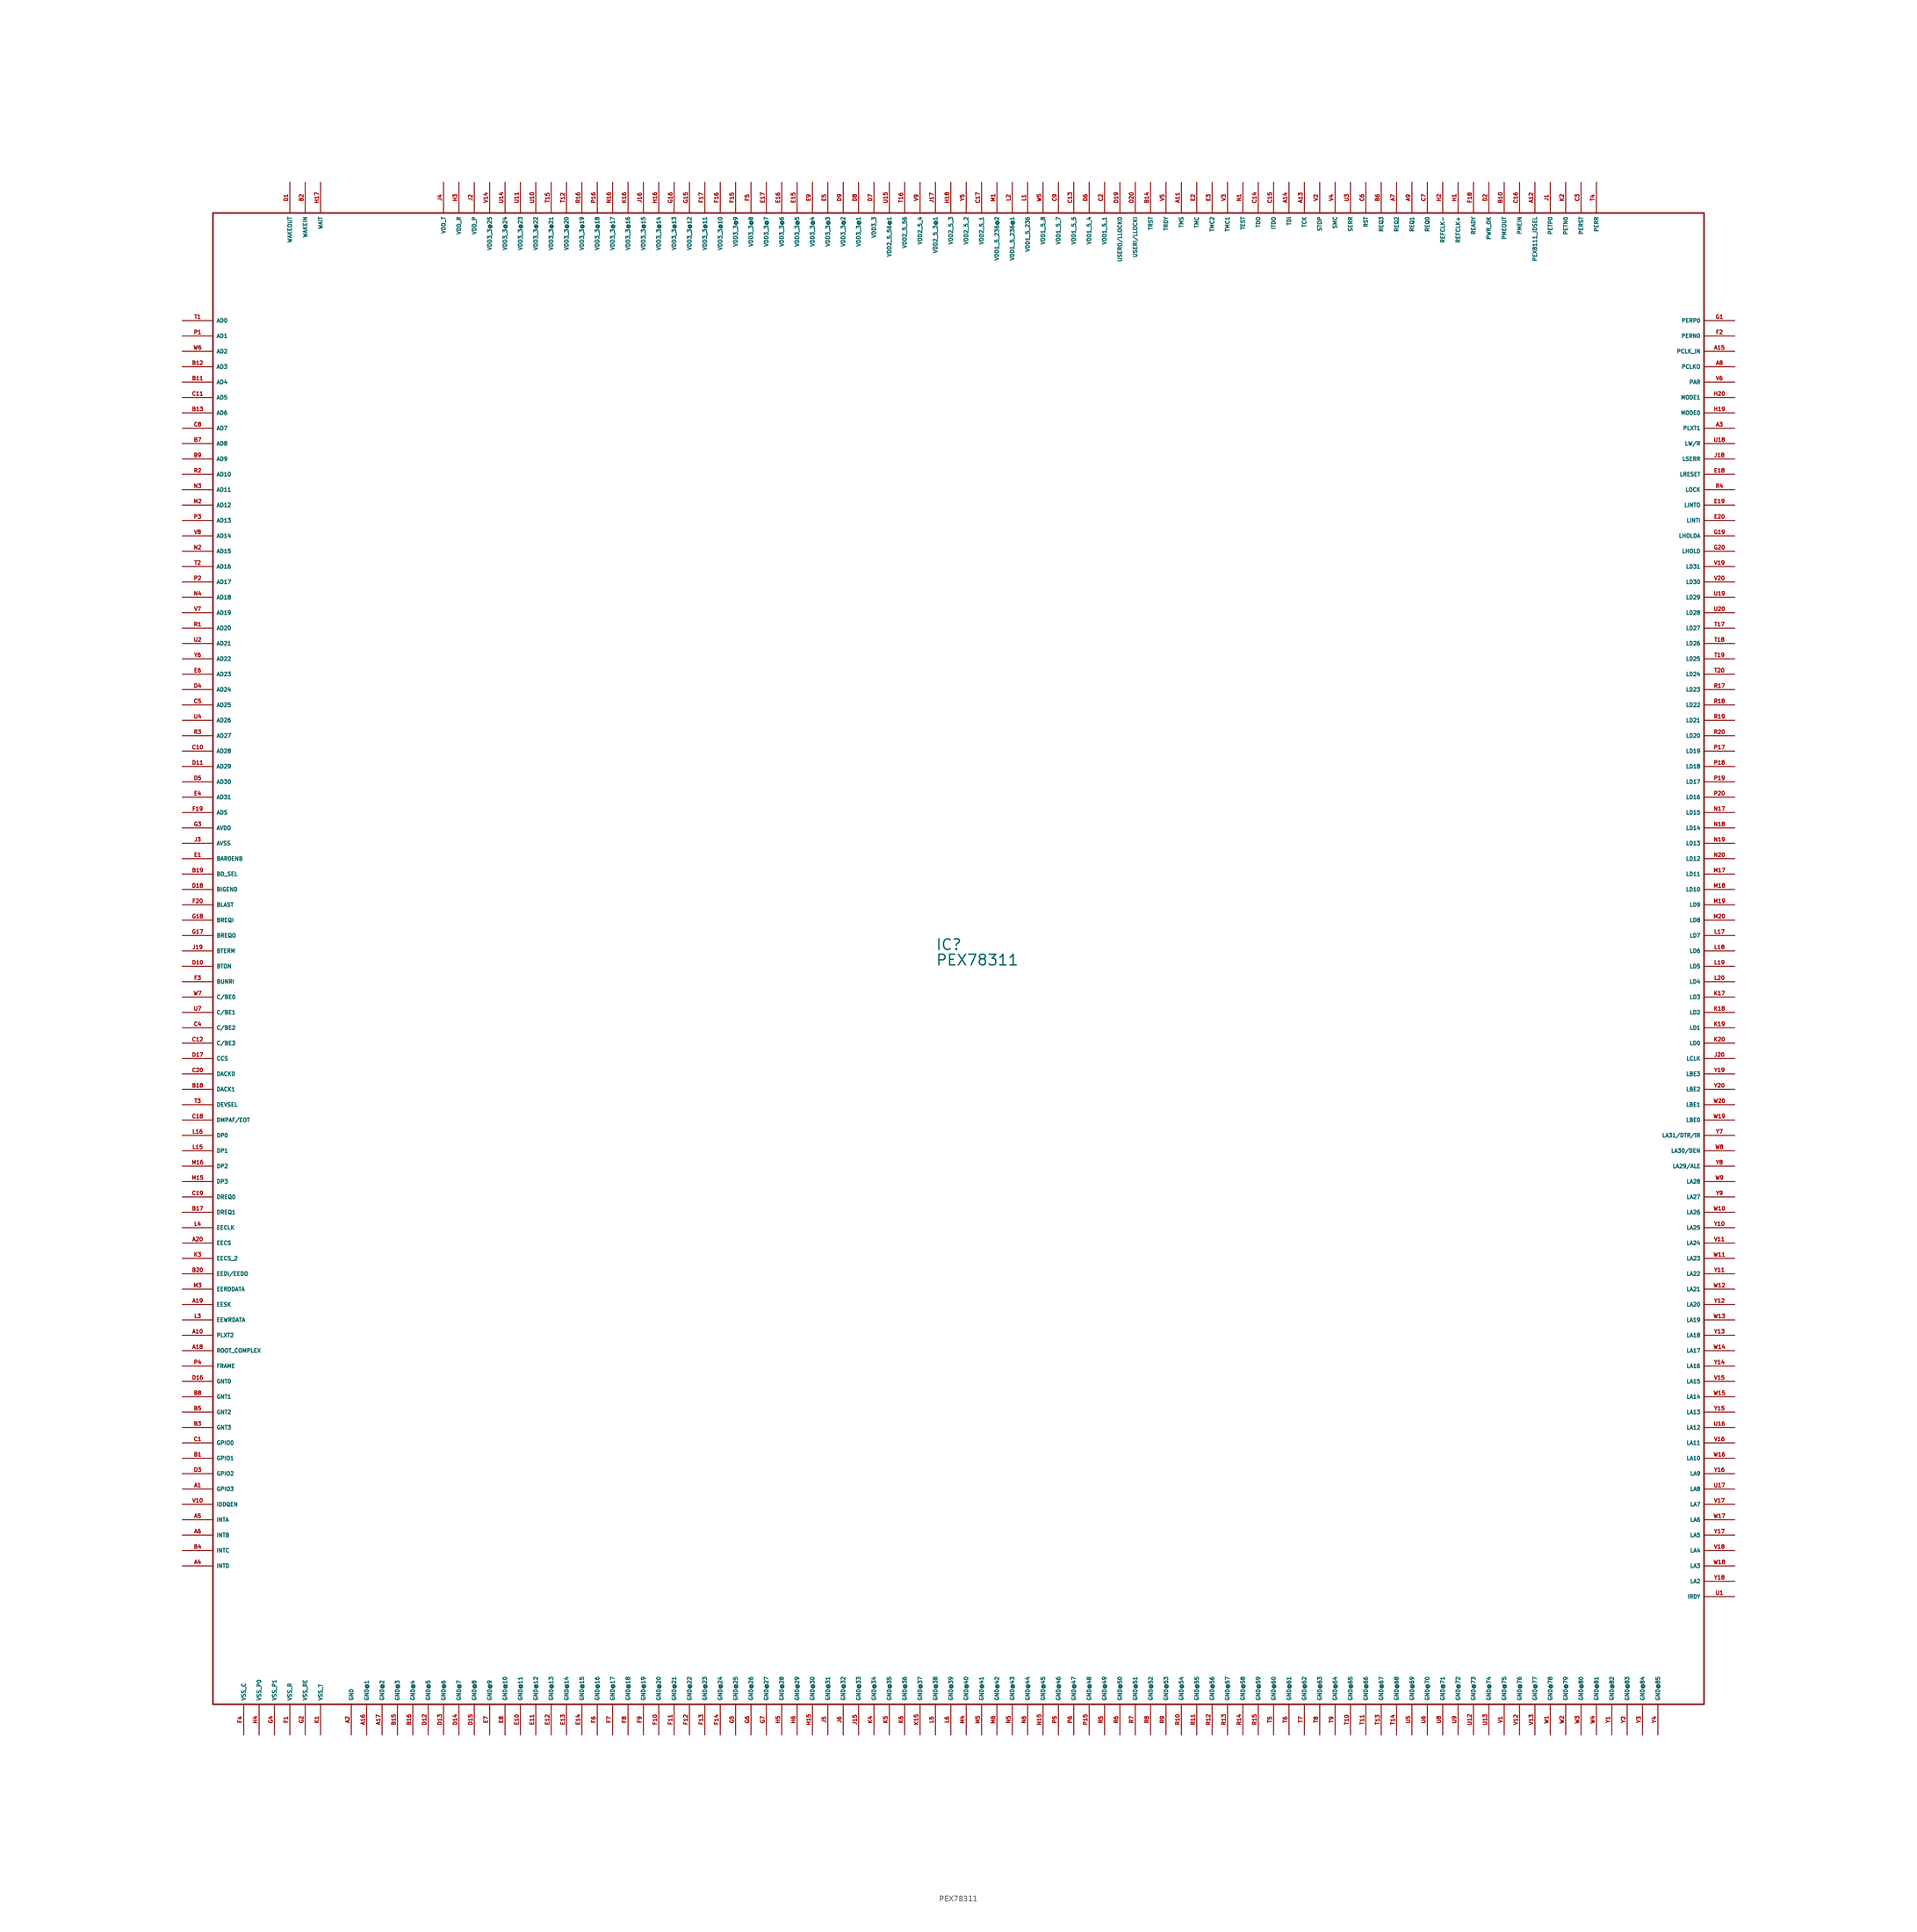
<source format=kicad_sym>
(kicad_symbol_lib
  (version 20220914)
  (generator Eagle2Kicad)
  (symbol "PEX78311"
    (property "Reference" "IC"
      (at 124.46 129.54 0)
      (effects (font (size 1.778 1.778) (thickness 0.22)) (justify left bottom)))
    (property "Value" "PEX78311"
      (at 124.46 127 0)
      (effects (font (size 1.778 1.778) (thickness 0.22)) (justify left bottom)))
    (polyline
      (pts (xy 5.08 5.08) (xy 251.46 5.08))
      (stroke (width 0.254) (type default))
      (fill (type none)))
    (polyline
      (pts (xy 251.46 5.08) (xy 251.46 251.46))
      (stroke (width 0.254) (type default))
      (fill (type none)))
    (polyline
      (pts (xy 251.46 251.46) (xy 5.08 251.46))
      (stroke (width 0.254) (type default))
      (fill (type none)))
    (polyline
      (pts (xy 5.08 251.46) (xy 5.08 5.08))
      (stroke (width 0.254) (type default))
      (fill (type none)))
    (pin bidirectional line
      (at 0 233.68 0)
      (length 5.08)
      (name "AD0" (effects (font (size 0.635 0.635) (thickness 0.08)) (justify left bottom)))
      (number "T1" (effects (font (size 0.635 0.635) (thickness 0.08)) (justify left bottom))))
    (pin bidirectional line
      (at 0 231.14 0)
      (length 5.08)
      (name "AD1" (effects (font (size 0.635 0.635) (thickness 0.08)) (justify left bottom)))
      (number "P1" (effects (font (size 0.635 0.635) (thickness 0.08)) (justify left bottom))))
    (pin bidirectional line
      (at 0 228.6 0)
      (length 5.08)
      (name "AD2" (effects (font (size 0.635 0.635) (thickness 0.08)) (justify left bottom)))
      (number "W6" (effects (font (size 0.635 0.635) (thickness 0.08)) (justify left bottom))))
    (pin bidirectional line
      (at 0 226.06 0)
      (length 5.08)
      (name "AD3" (effects (font (size 0.635 0.635) (thickness 0.08)) (justify left bottom)))
      (number "B12" (effects (font (size 0.635 0.635) (thickness 0.08)) (justify left bottom))))
    (pin bidirectional line
      (at 0 223.52 0)
      (length 5.08)
      (name "AD4" (effects (font (size 0.635 0.635) (thickness 0.08)) (justify left bottom)))
      (number "B11" (effects (font (size 0.635 0.635) (thickness 0.08)) (justify left bottom))))
    (pin bidirectional line
      (at 0 220.98 0)
      (length 5.08)
      (name "AD5" (effects (font (size 0.635 0.635) (thickness 0.08)) (justify left bottom)))
      (number "C11" (effects (font (size 0.635 0.635) (thickness 0.08)) (justify left bottom))))
    (pin bidirectional line
      (at 0 218.44 0)
      (length 5.08)
      (name "AD6" (effects (font (size 0.635 0.635) (thickness 0.08)) (justify left bottom)))
      (number "B13" (effects (font (size 0.635 0.635) (thickness 0.08)) (justify left bottom))))
    (pin bidirectional line
      (at 0 215.9 0)
      (length 5.08)
      (name "AD7" (effects (font (size 0.635 0.635) (thickness 0.08)) (justify left bottom)))
      (number "C8" (effects (font (size 0.635 0.635) (thickness 0.08)) (justify left bottom))))
    (pin bidirectional line
      (at 0 213.36 0)
      (length 5.08)
      (name "AD8" (effects (font (size 0.635 0.635) (thickness 0.08)) (justify left bottom)))
      (number "B7" (effects (font (size 0.635 0.635) (thickness 0.08)) (justify left bottom))))
    (pin bidirectional line
      (at 0 210.82 0)
      (length 5.08)
      (name "AD9" (effects (font (size 0.635 0.635) (thickness 0.08)) (justify left bottom)))
      (number "B9" (effects (font (size 0.635 0.635) (thickness 0.08)) (justify left bottom))))
    (pin bidirectional line
      (at 0 208.28 0)
      (length 5.08)
      (name "AD10" (effects (font (size 0.635 0.635) (thickness 0.08)) (justify left bottom)))
      (number "R2" (effects (font (size 0.635 0.635) (thickness 0.08)) (justify left bottom))))
    (pin bidirectional line
      (at 0 205.74 0)
      (length 5.08)
      (name "AD11" (effects (font (size 0.635 0.635) (thickness 0.08)) (justify left bottom)))
      (number "N3" (effects (font (size 0.635 0.635) (thickness 0.08)) (justify left bottom))))
    (pin bidirectional line
      (at 0 203.2 0)
      (length 5.08)
      (name "AD12" (effects (font (size 0.635 0.635) (thickness 0.08)) (justify left bottom)))
      (number "M2" (effects (font (size 0.635 0.635) (thickness 0.08)) (justify left bottom))))
    (pin bidirectional line
      (at 0 200.66 0)
      (length 5.08)
      (name "AD13" (effects (font (size 0.635 0.635) (thickness 0.08)) (justify left bottom)))
      (number "P3" (effects (font (size 0.635 0.635) (thickness 0.08)) (justify left bottom))))
    (pin bidirectional line
      (at 0 198.12 0)
      (length 5.08)
      (name "AD14" (effects (font (size 0.635 0.635) (thickness 0.08)) (justify left bottom)))
      (number "V8" (effects (font (size 0.635 0.635) (thickness 0.08)) (justify left bottom))))
    (pin bidirectional line
      (at 0 195.58 0)
      (length 5.08)
      (name "AD15" (effects (font (size 0.635 0.635) (thickness 0.08)) (justify left bottom)))
      (number "N2" (effects (font (size 0.635 0.635) (thickness 0.08)) (justify left bottom))))
    (pin bidirectional line
      (at 0 193.04 0)
      (length 5.08)
      (name "AD16" (effects (font (size 0.635 0.635) (thickness 0.08)) (justify left bottom)))
      (number "T2" (effects (font (size 0.635 0.635) (thickness 0.08)) (justify left bottom))))
    (pin bidirectional line
      (at 0 190.5 0)
      (length 5.08)
      (name "AD17" (effects (font (size 0.635 0.635) (thickness 0.08)) (justify left bottom)))
      (number "P2" (effects (font (size 0.635 0.635) (thickness 0.08)) (justify left bottom))))
    (pin bidirectional line
      (at 0 187.96 0)
      (length 5.08)
      (name "AD18" (effects (font (size 0.635 0.635) (thickness 0.08)) (justify left bottom)))
      (number "N4" (effects (font (size 0.635 0.635) (thickness 0.08)) (justify left bottom))))
    (pin bidirectional line
      (at 0 185.42 0)
      (length 5.08)
      (name "AD19" (effects (font (size 0.635 0.635) (thickness 0.08)) (justify left bottom)))
      (number "V7" (effects (font (size 0.635 0.635) (thickness 0.08)) (justify left bottom))))
    (pin bidirectional line
      (at 0 182.88 0)
      (length 5.08)
      (name "AD20" (effects (font (size 0.635 0.635) (thickness 0.08)) (justify left bottom)))
      (number "R1" (effects (font (size 0.635 0.635) (thickness 0.08)) (justify left bottom))))
    (pin bidirectional line
      (at 0 180.34 0)
      (length 5.08)
      (name "AD21" (effects (font (size 0.635 0.635) (thickness 0.08)) (justify left bottom)))
      (number "U2" (effects (font (size 0.635 0.635) (thickness 0.08)) (justify left bottom))))
    (pin bidirectional line
      (at 0 177.8 0)
      (length 5.08)
      (name "AD22" (effects (font (size 0.635 0.635) (thickness 0.08)) (justify left bottom)))
      (number "Y6" (effects (font (size 0.635 0.635) (thickness 0.08)) (justify left bottom))))
    (pin bidirectional line
      (at 0 175.26 0)
      (length 5.08)
      (name "AD23" (effects (font (size 0.635 0.635) (thickness 0.08)) (justify left bottom)))
      (number "E6" (effects (font (size 0.635 0.635) (thickness 0.08)) (justify left bottom))))
    (pin bidirectional line
      (at 0 172.72 0)
      (length 5.08)
      (name "AD24" (effects (font (size 0.635 0.635) (thickness 0.08)) (justify left bottom)))
      (number "D4" (effects (font (size 0.635 0.635) (thickness 0.08)) (justify left bottom))))
    (pin bidirectional line
      (at 0 170.18 0)
      (length 5.08)
      (name "AD25" (effects (font (size 0.635 0.635) (thickness 0.08)) (justify left bottom)))
      (number "C5" (effects (font (size 0.635 0.635) (thickness 0.08)) (justify left bottom))))
    (pin bidirectional line
      (at 0 167.64 0)
      (length 5.08)
      (name "AD26" (effects (font (size 0.635 0.635) (thickness 0.08)) (justify left bottom)))
      (number "U4" (effects (font (size 0.635 0.635) (thickness 0.08)) (justify left bottom))))
    (pin bidirectional line
      (at 0 165.1 0)
      (length 5.08)
      (name "AD27" (effects (font (size 0.635 0.635) (thickness 0.08)) (justify left bottom)))
      (number "R3" (effects (font (size 0.635 0.635) (thickness 0.08)) (justify left bottom))))
    (pin bidirectional line
      (at 0 162.56 0)
      (length 5.08)
      (name "AD28" (effects (font (size 0.635 0.635) (thickness 0.08)) (justify left bottom)))
      (number "C10" (effects (font (size 0.635 0.635) (thickness 0.08)) (justify left bottom))))
    (pin bidirectional line
      (at 0 160.02 0)
      (length 5.08)
      (name "AD29" (effects (font (size 0.635 0.635) (thickness 0.08)) (justify left bottom)))
      (number "D11" (effects (font (size 0.635 0.635) (thickness 0.08)) (justify left bottom))))
    (pin bidirectional line
      (at 0 157.48 0)
      (length 5.08)
      (name "AD30" (effects (font (size 0.635 0.635) (thickness 0.08)) (justify left bottom)))
      (number "D5" (effects (font (size 0.635 0.635) (thickness 0.08)) (justify left bottom))))
    (pin bidirectional line
      (at 0 154.94 0)
      (length 5.08)
      (name "AD31" (effects (font (size 0.635 0.635) (thickness 0.08)) (justify left bottom)))
      (number "E4" (effects (font (size 0.635 0.635) (thickness 0.08)) (justify left bottom))))
    (pin bidirectional line
      (at 0 152.4 0)
      (length 5.08)
      (name "ADS" (effects (font (size 0.635 0.635) (thickness 0.08)) (justify left bottom)))
      (number "F19" (effects (font (size 0.635 0.635) (thickness 0.08)) (justify left bottom))))
    (pin unspecified line
      (at 0 149.86 0)
      (length 5.08)
      (name "AVDD" (effects (font (size 0.635 0.635) (thickness 0.08)) (justify left bottom)))
      (number "G3" (effects (font (size 0.635 0.635) (thickness 0.08)) (justify left bottom))))
    (pin unspecified line
      (at 0 147.32 0)
      (length 5.08)
      (name "AVSS" (effects (font (size 0.635 0.635) (thickness 0.08)) (justify left bottom)))
      (number "J3" (effects (font (size 0.635 0.635) (thickness 0.08)) (justify left bottom))))
    (pin input line
      (at 0 144.78 0)
      (length 5.08)
      (name "BAR0ENB" (effects (font (size 0.635 0.635) (thickness 0.08)) (justify left bottom)))
      (number "E1" (effects (font (size 0.635 0.635) (thickness 0.08)) (justify left bottom))))
    (pin input line
      (at 0 142.24 0)
      (length 5.08)
      (name "BD_SEL" (effects (font (size 0.635 0.635) (thickness 0.08)) (justify left bottom)))
      (number "B19" (effects (font (size 0.635 0.635) (thickness 0.08)) (justify left bottom))))
    (pin input line
      (at 0 139.7 0)
      (length 5.08)
      (name "BIGEND" (effects (font (size 0.635 0.635) (thickness 0.08)) (justify left bottom)))
      (number "D18" (effects (font (size 0.635 0.635) (thickness 0.08)) (justify left bottom))))
    (pin bidirectional line
      (at 0 137.16 0)
      (length 5.08)
      (name "BLAST" (effects (font (size 0.635 0.635) (thickness 0.08)) (justify left bottom)))
      (number "F20" (effects (font (size 0.635 0.635) (thickness 0.08)) (justify left bottom))))
    (pin input line
      (at 0 134.62 0)
      (length 5.08)
      (name "BREQI" (effects (font (size 0.635 0.635) (thickness 0.08)) (justify left bottom)))
      (number "G18" (effects (font (size 0.635 0.635) (thickness 0.08)) (justify left bottom))))
    (pin output line
      (at 0 132.08 0)
      (length 5.08)
      (name "BREQO" (effects (font (size 0.635 0.635) (thickness 0.08)) (justify left bottom)))
      (number "G17" (effects (font (size 0.635 0.635) (thickness 0.08)) (justify left bottom))))
    (pin bidirectional line
      (at 0 129.54 0)
      (length 5.08)
      (name "BTERM" (effects (font (size 0.635 0.635) (thickness 0.08)) (justify left bottom)))
      (number "J19" (effects (font (size 0.635 0.635) (thickness 0.08)) (justify left bottom))))
    (pin input line
      (at 0 127 0)
      (length 5.08)
      (name "BTON" (effects (font (size 0.635 0.635) (thickness 0.08)) (justify left bottom)))
      (number "D10" (effects (font (size 0.635 0.635) (thickness 0.08)) (justify left bottom))))
    (pin input line
      (at 0 124.46 0)
      (length 5.08)
      (name "BUNRI" (effects (font (size 0.635 0.635) (thickness 0.08)) (justify left bottom)))
      (number "F3" (effects (font (size 0.635 0.635) (thickness 0.08)) (justify left bottom))))
    (pin bidirectional line
      (at 0 121.92 0)
      (length 5.08)
      (name "C/BE0" (effects (font (size 0.635 0.635) (thickness 0.08)) (justify left bottom)))
      (number "W7" (effects (font (size 0.635 0.635) (thickness 0.08)) (justify left bottom))))
    (pin bidirectional line
      (at 0 119.38 0)
      (length 5.08)
      (name "C/BE1" (effects (font (size 0.635 0.635) (thickness 0.08)) (justify left bottom)))
      (number "U7" (effects (font (size 0.635 0.635) (thickness 0.08)) (justify left bottom))))
    (pin bidirectional line
      (at 0 116.84 0)
      (length 5.08)
      (name "C/BE2" (effects (font (size 0.635 0.635) (thickness 0.08)) (justify left bottom)))
      (number "C4" (effects (font (size 0.635 0.635) (thickness 0.08)) (justify left bottom))))
    (pin bidirectional line
      (at 0 114.3 0)
      (length 5.08)
      (name "C/BE3" (effects (font (size 0.635 0.635) (thickness 0.08)) (justify left bottom)))
      (number "C12" (effects (font (size 0.635 0.635) (thickness 0.08)) (justify left bottom))))
    (pin input line
      (at 0 111.76 0)
      (length 5.08)
      (name "CCS" (effects (font (size 0.635 0.635) (thickness 0.08)) (justify left bottom)))
      (number "D17" (effects (font (size 0.635 0.635) (thickness 0.08)) (justify left bottom))))
    (pin output line
      (at 0 109.22 0)
      (length 5.08)
      (name "DACK0" (effects (font (size 0.635 0.635) (thickness 0.08)) (justify left bottom)))
      (number "C20" (effects (font (size 0.635 0.635) (thickness 0.08)) (justify left bottom))))
    (pin output line
      (at 0 106.68 0)
      (length 5.08)
      (name "DACK1" (effects (font (size 0.635 0.635) (thickness 0.08)) (justify left bottom)))
      (number "B18" (effects (font (size 0.635 0.635) (thickness 0.08)) (justify left bottom))))
    (pin bidirectional line
      (at 0 104.14 0)
      (length 5.08)
      (name "DEVSEL" (effects (font (size 0.635 0.635) (thickness 0.08)) (justify left bottom)))
      (number "T3" (effects (font (size 0.635 0.635) (thickness 0.08)) (justify left bottom))))
    (pin bidirectional line
      (at 0 101.6 0)
      (length 5.08)
      (name "DMPAF/EOT" (effects (font (size 0.635 0.635) (thickness 0.08)) (justify left bottom)))
      (number "C18" (effects (font (size 0.635 0.635) (thickness 0.08)) (justify left bottom))))
    (pin bidirectional line
      (at 0 99.06 0)
      (length 5.08)
      (name "DP0" (effects (font (size 0.635 0.635) (thickness 0.08)) (justify left bottom)))
      (number "L16" (effects (font (size 0.635 0.635) (thickness 0.08)) (justify left bottom))))
    (pin bidirectional line
      (at 0 96.52 0)
      (length 5.08)
      (name "DP1" (effects (font (size 0.635 0.635) (thickness 0.08)) (justify left bottom)))
      (number "L15" (effects (font (size 0.635 0.635) (thickness 0.08)) (justify left bottom))))
    (pin bidirectional line
      (at 0 93.98 0)
      (length 5.08)
      (name "DP2" (effects (font (size 0.635 0.635) (thickness 0.08)) (justify left bottom)))
      (number "M16" (effects (font (size 0.635 0.635) (thickness 0.08)) (justify left bottom))))
    (pin bidirectional line
      (at 0 91.44 0)
      (length 5.08)
      (name "DP3" (effects (font (size 0.635 0.635) (thickness 0.08)) (justify left bottom)))
      (number "M15" (effects (font (size 0.635 0.635) (thickness 0.08)) (justify left bottom))))
    (pin input line
      (at 0 88.9 0)
      (length 5.08)
      (name "DREQ0" (effects (font (size 0.635 0.635) (thickness 0.08)) (justify left bottom)))
      (number "C19" (effects (font (size 0.635 0.635) (thickness 0.08)) (justify left bottom))))
    (pin input line
      (at 0 86.36 0)
      (length 5.08)
      (name "DREQ1" (effects (font (size 0.635 0.635) (thickness 0.08)) (justify left bottom)))
      (number "B17" (effects (font (size 0.635 0.635) (thickness 0.08)) (justify left bottom))))
    (pin output line
      (at 0 83.82 0)
      (length 5.08)
      (name "EECLK" (effects (font (size 0.635 0.635) (thickness 0.08)) (justify left bottom)))
      (number "L4" (effects (font (size 0.635 0.635) (thickness 0.08)) (justify left bottom))))
    (pin output line
      (at 0 81.28 0)
      (length 5.08)
      (name "EECS" (effects (font (size 0.635 0.635) (thickness 0.08)) (justify left bottom)))
      (number "A20" (effects (font (size 0.635 0.635) (thickness 0.08)) (justify left bottom))))
    (pin bidirectional line
      (at 0 78.74 0)
      (length 5.08)
      (name "EECS_2" (effects (font (size 0.635 0.635) (thickness 0.08)) (justify left bottom)))
      (number "K3" (effects (font (size 0.635 0.635) (thickness 0.08)) (justify left bottom))))
    (pin bidirectional line
      (at 0 76.2 0)
      (length 5.08)
      (name "EEDI/EEDO" (effects (font (size 0.635 0.635) (thickness 0.08)) (justify left bottom)))
      (number "B20" (effects (font (size 0.635 0.635) (thickness 0.08)) (justify left bottom))))
    (pin output line
      (at 0 73.66 0)
      (length 5.08)
      (name "EERDDATA" (effects (font (size 0.635 0.635) (thickness 0.08)) (justify left bottom)))
      (number "M3" (effects (font (size 0.635 0.635) (thickness 0.08)) (justify left bottom))))
    (pin output line
      (at 0 71.12 0)
      (length 5.08)
      (name "EESK" (effects (font (size 0.635 0.635) (thickness 0.08)) (justify left bottom)))
      (number "A19" (effects (font (size 0.635 0.635) (thickness 0.08)) (justify left bottom))))
    (pin bidirectional line
      (at 0 68.58 0)
      (length 5.08)
      (name "EEWRDATA" (effects (font (size 0.635 0.635) (thickness 0.08)) (justify left bottom)))
      (number "L3" (effects (font (size 0.635 0.635) (thickness 0.08)) (justify left bottom))))
    (pin input line
      (at 0 66.04 0)
      (length 5.08)
      (name "PLXT2" (effects (font (size 0.635 0.635) (thickness 0.08)) (justify left bottom)))
      (number "A10" (effects (font (size 0.635 0.635) (thickness 0.08)) (justify left bottom))))
    (pin input line
      (at 0 63.5 0)
      (length 5.08)
      (name "ROOT_COMPLEX" (effects (font (size 0.635 0.635) (thickness 0.08)) (justify left bottom)))
      (number "A18" (effects (font (size 0.635 0.635) (thickness 0.08)) (justify left bottom))))
    (pin bidirectional line
      (at 0 60.96 0)
      (length 5.08)
      (name "FRAME" (effects (font (size 0.635 0.635) (thickness 0.08)) (justify left bottom)))
      (number "P4" (effects (font (size 0.635 0.635) (thickness 0.08)) (justify left bottom))))
    (pin unspecified line
      (at 27.94 0 90)
      (length 5.08)
      (name "GND" (effects (font (size 0.635 0.635) (thickness 0.08)) (justify left bottom)))
      (number "A2" (effects (font (size 0.635 0.635) (thickness 0.08)) (justify left bottom))))
    (pin unspecified line
      (at 30.48 0 90)
      (length 5.08)
      (name "GND@1" (effects (font (size 0.635 0.635) (thickness 0.08)) (justify left bottom)))
      (number "A16" (effects (font (size 0.635 0.635) (thickness 0.08)) (justify left bottom))))
    (pin unspecified line
      (at 33.02 0 90)
      (length 5.08)
      (name "GND@2" (effects (font (size 0.635 0.635) (thickness 0.08)) (justify left bottom)))
      (number "A17" (effects (font (size 0.635 0.635) (thickness 0.08)) (justify left bottom))))
    (pin unspecified line
      (at 35.56 0 90)
      (length 5.08)
      (name "GND@3" (effects (font (size 0.635 0.635) (thickness 0.08)) (justify left bottom)))
      (number "B15" (effects (font (size 0.635 0.635) (thickness 0.08)) (justify left bottom))))
    (pin unspecified line
      (at 38.1 0 90)
      (length 5.08)
      (name "GND@4" (effects (font (size 0.635 0.635) (thickness 0.08)) (justify left bottom)))
      (number "B16" (effects (font (size 0.635 0.635) (thickness 0.08)) (justify left bottom))))
    (pin unspecified line
      (at 40.64 0 90)
      (length 5.08)
      (name "GND@5" (effects (font (size 0.635 0.635) (thickness 0.08)) (justify left bottom)))
      (number "D12" (effects (font (size 0.635 0.635) (thickness 0.08)) (justify left bottom))))
    (pin unspecified line
      (at 43.18 0 90)
      (length 5.08)
      (name "GND@6" (effects (font (size 0.635 0.635) (thickness 0.08)) (justify left bottom)))
      (number "D13" (effects (font (size 0.635 0.635) (thickness 0.08)) (justify left bottom))))
    (pin unspecified line
      (at 45.72 0 90)
      (length 5.08)
      (name "GND@7" (effects (font (size 0.635 0.635) (thickness 0.08)) (justify left bottom)))
      (number "D14" (effects (font (size 0.635 0.635) (thickness 0.08)) (justify left bottom))))
    (pin unspecified line
      (at 48.26 0 90)
      (length 5.08)
      (name "GND@8" (effects (font (size 0.635 0.635) (thickness 0.08)) (justify left bottom)))
      (number "D15" (effects (font (size 0.635 0.635) (thickness 0.08)) (justify left bottom))))
    (pin unspecified line
      (at 50.8 0 90)
      (length 5.08)
      (name "GND@9" (effects (font (size 0.635 0.635) (thickness 0.08)) (justify left bottom)))
      (number "E7" (effects (font (size 0.635 0.635) (thickness 0.08)) (justify left bottom))))
    (pin unspecified line
      (at 53.34 0 90)
      (length 5.08)
      (name "GND@10" (effects (font (size 0.635 0.635) (thickness 0.08)) (justify left bottom)))
      (number "E8" (effects (font (size 0.635 0.635) (thickness 0.08)) (justify left bottom))))
    (pin unspecified line
      (at 55.88 0 90)
      (length 5.08)
      (name "GND@11" (effects (font (size 0.635 0.635) (thickness 0.08)) (justify left bottom)))
      (number "E10" (effects (font (size 0.635 0.635) (thickness 0.08)) (justify left bottom))))
    (pin unspecified line
      (at 58.42 0 90)
      (length 5.08)
      (name "GND@12" (effects (font (size 0.635 0.635) (thickness 0.08)) (justify left bottom)))
      (number "E11" (effects (font (size 0.635 0.635) (thickness 0.08)) (justify left bottom))))
    (pin unspecified line
      (at 60.96 0 90)
      (length 5.08)
      (name "GND@13" (effects (font (size 0.635 0.635) (thickness 0.08)) (justify left bottom)))
      (number "E12" (effects (font (size 0.635 0.635) (thickness 0.08)) (justify left bottom))))
    (pin unspecified line
      (at 63.5 0 90)
      (length 5.08)
      (name "GND@14" (effects (font (size 0.635 0.635) (thickness 0.08)) (justify left bottom)))
      (number "E13" (effects (font (size 0.635 0.635) (thickness 0.08)) (justify left bottom))))
    (pin unspecified line
      (at 66.04 0 90)
      (length 5.08)
      (name "GND@15" (effects (font (size 0.635 0.635) (thickness 0.08)) (justify left bottom)))
      (number "E14" (effects (font (size 0.635 0.635) (thickness 0.08)) (justify left bottom))))
    (pin unspecified line
      (at 68.58 0 90)
      (length 5.08)
      (name "GND@16" (effects (font (size 0.635 0.635) (thickness 0.08)) (justify left bottom)))
      (number "F6" (effects (font (size 0.635 0.635) (thickness 0.08)) (justify left bottom))))
    (pin unspecified line
      (at 71.12 0 90)
      (length 5.08)
      (name "GND@17" (effects (font (size 0.635 0.635) (thickness 0.08)) (justify left bottom)))
      (number "F7" (effects (font (size 0.635 0.635) (thickness 0.08)) (justify left bottom))))
    (pin unspecified line
      (at 73.66 0 90)
      (length 5.08)
      (name "GND@18" (effects (font (size 0.635 0.635) (thickness 0.08)) (justify left bottom)))
      (number "F8" (effects (font (size 0.635 0.635) (thickness 0.08)) (justify left bottom))))
    (pin unspecified line
      (at 76.2 0 90)
      (length 5.08)
      (name "GND@19" (effects (font (size 0.635 0.635) (thickness 0.08)) (justify left bottom)))
      (number "F9" (effects (font (size 0.635 0.635) (thickness 0.08)) (justify left bottom))))
    (pin unspecified line
      (at 78.74 0 90)
      (length 5.08)
      (name "GND@20" (effects (font (size 0.635 0.635) (thickness 0.08)) (justify left bottom)))
      (number "F10" (effects (font (size 0.635 0.635) (thickness 0.08)) (justify left bottom))))
    (pin unspecified line
      (at 81.28 0 90)
      (length 5.08)
      (name "GND@21" (effects (font (size 0.635 0.635) (thickness 0.08)) (justify left bottom)))
      (number "F11" (effects (font (size 0.635 0.635) (thickness 0.08)) (justify left bottom))))
    (pin unspecified line
      (at 83.82 0 90)
      (length 5.08)
      (name "GND@22" (effects (font (size 0.635 0.635) (thickness 0.08)) (justify left bottom)))
      (number "F12" (effects (font (size 0.635 0.635) (thickness 0.08)) (justify left bottom))))
    (pin unspecified line
      (at 86.36 0 90)
      (length 5.08)
      (name "GND@23" (effects (font (size 0.635 0.635) (thickness 0.08)) (justify left bottom)))
      (number "F13" (effects (font (size 0.635 0.635) (thickness 0.08)) (justify left bottom))))
    (pin unspecified line
      (at 88.9 0 90)
      (length 5.08)
      (name "GND@24" (effects (font (size 0.635 0.635) (thickness 0.08)) (justify left bottom)))
      (number "F14" (effects (font (size 0.635 0.635) (thickness 0.08)) (justify left bottom))))
    (pin unspecified line
      (at 91.44 0 90)
      (length 5.08)
      (name "GND@25" (effects (font (size 0.635 0.635) (thickness 0.08)) (justify left bottom)))
      (number "G5" (effects (font (size 0.635 0.635) (thickness 0.08)) (justify left bottom))))
    (pin unspecified line
      (at 93.98 0 90)
      (length 5.08)
      (name "GND@26" (effects (font (size 0.635 0.635) (thickness 0.08)) (justify left bottom)))
      (number "G6" (effects (font (size 0.635 0.635) (thickness 0.08)) (justify left bottom))))
    (pin unspecified line
      (at 96.52 0 90)
      (length 5.08)
      (name "GND@27" (effects (font (size 0.635 0.635) (thickness 0.08)) (justify left bottom)))
      (number "G7" (effects (font (size 0.635 0.635) (thickness 0.08)) (justify left bottom))))
    (pin unspecified line
      (at 99.06 0 90)
      (length 5.08)
      (name "GND@28" (effects (font (size 0.635 0.635) (thickness 0.08)) (justify left bottom)))
      (number "H5" (effects (font (size 0.635 0.635) (thickness 0.08)) (justify left bottom))))
    (pin unspecified line
      (at 101.6 0 90)
      (length 5.08)
      (name "GND@29" (effects (font (size 0.635 0.635) (thickness 0.08)) (justify left bottom)))
      (number "H6" (effects (font (size 0.635 0.635) (thickness 0.08)) (justify left bottom))))
    (pin unspecified line
      (at 104.14 0 90)
      (length 5.08)
      (name "GND@30" (effects (font (size 0.635 0.635) (thickness 0.08)) (justify left bottom)))
      (number "H15" (effects (font (size 0.635 0.635) (thickness 0.08)) (justify left bottom))))
    (pin unspecified line
      (at 106.68 0 90)
      (length 5.08)
      (name "GND@31" (effects (font (size 0.635 0.635) (thickness 0.08)) (justify left bottom)))
      (number "J5" (effects (font (size 0.635 0.635) (thickness 0.08)) (justify left bottom))))
    (pin unspecified line
      (at 109.22 0 90)
      (length 5.08)
      (name "GND@32" (effects (font (size 0.635 0.635) (thickness 0.08)) (justify left bottom)))
      (number "J6" (effects (font (size 0.635 0.635) (thickness 0.08)) (justify left bottom))))
    (pin unspecified line
      (at 111.76 0 90)
      (length 5.08)
      (name "GND@33" (effects (font (size 0.635 0.635) (thickness 0.08)) (justify left bottom)))
      (number "J15" (effects (font (size 0.635 0.635) (thickness 0.08)) (justify left bottom))))
    (pin unspecified line
      (at 114.3 0 90)
      (length 5.08)
      (name "GND@34" (effects (font (size 0.635 0.635) (thickness 0.08)) (justify left bottom)))
      (number "K4" (effects (font (size 0.635 0.635) (thickness 0.08)) (justify left bottom))))
    (pin unspecified line
      (at 116.84 0 90)
      (length 5.08)
      (name "GND@35" (effects (font (size 0.635 0.635) (thickness 0.08)) (justify left bottom)))
      (number "K5" (effects (font (size 0.635 0.635) (thickness 0.08)) (justify left bottom))))
    (pin unspecified line
      (at 119.38 0 90)
      (length 5.08)
      (name "GND@36" (effects (font (size 0.635 0.635) (thickness 0.08)) (justify left bottom)))
      (number "K6" (effects (font (size 0.635 0.635) (thickness 0.08)) (justify left bottom))))
    (pin unspecified line
      (at 121.92 0 90)
      (length 5.08)
      (name "GND@37" (effects (font (size 0.635 0.635) (thickness 0.08)) (justify left bottom)))
      (number "K15" (effects (font (size 0.635 0.635) (thickness 0.08)) (justify left bottom))))
    (pin unspecified line
      (at 124.46 0 90)
      (length 5.08)
      (name "GND@38" (effects (font (size 0.635 0.635) (thickness 0.08)) (justify left bottom)))
      (number "L5" (effects (font (size 0.635 0.635) (thickness 0.08)) (justify left bottom))))
    (pin unspecified line
      (at 127 0 90)
      (length 5.08)
      (name "GND@39" (effects (font (size 0.635 0.635) (thickness 0.08)) (justify left bottom)))
      (number "L6" (effects (font (size 0.635 0.635) (thickness 0.08)) (justify left bottom))))
    (pin unspecified line
      (at 129.54 0 90)
      (length 5.08)
      (name "GND@40" (effects (font (size 0.635 0.635) (thickness 0.08)) (justify left bottom)))
      (number "M4" (effects (font (size 0.635 0.635) (thickness 0.08)) (justify left bottom))))
    (pin unspecified line
      (at 132.08 0 90)
      (length 5.08)
      (name "GND@41" (effects (font (size 0.635 0.635) (thickness 0.08)) (justify left bottom)))
      (number "M5" (effects (font (size 0.635 0.635) (thickness 0.08)) (justify left bottom))))
    (pin unspecified line
      (at 134.62 0 90)
      (length 5.08)
      (name "GND@42" (effects (font (size 0.635 0.635) (thickness 0.08)) (justify left bottom)))
      (number "M6" (effects (font (size 0.635 0.635) (thickness 0.08)) (justify left bottom))))
    (pin unspecified line
      (at 137.16 0 90)
      (length 5.08)
      (name "GND@43" (effects (font (size 0.635 0.635) (thickness 0.08)) (justify left bottom)))
      (number "N5" (effects (font (size 0.635 0.635) (thickness 0.08)) (justify left bottom))))
    (pin unspecified line
      (at 139.7 0 90)
      (length 5.08)
      (name "GND@44" (effects (font (size 0.635 0.635) (thickness 0.08)) (justify left bottom)))
      (number "N6" (effects (font (size 0.635 0.635) (thickness 0.08)) (justify left bottom))))
    (pin unspecified line
      (at 142.24 0 90)
      (length 5.08)
      (name "GND@45" (effects (font (size 0.635 0.635) (thickness 0.08)) (justify left bottom)))
      (number "N15" (effects (font (size 0.635 0.635) (thickness 0.08)) (justify left bottom))))
    (pin unspecified line
      (at 144.78 0 90)
      (length 5.08)
      (name "GND@46" (effects (font (size 0.635 0.635) (thickness 0.08)) (justify left bottom)))
      (number "P5" (effects (font (size 0.635 0.635) (thickness 0.08)) (justify left bottom))))
    (pin unspecified line
      (at 147.32 0 90)
      (length 5.08)
      (name "GND@47" (effects (font (size 0.635 0.635) (thickness 0.08)) (justify left bottom)))
      (number "P6" (effects (font (size 0.635 0.635) (thickness 0.08)) (justify left bottom))))
    (pin unspecified line
      (at 149.86 0 90)
      (length 5.08)
      (name "GND@48" (effects (font (size 0.635 0.635) (thickness 0.08)) (justify left bottom)))
      (number "P15" (effects (font (size 0.635 0.635) (thickness 0.08)) (justify left bottom))))
    (pin unspecified line
      (at 152.4 0 90)
      (length 5.08)
      (name "GND@49" (effects (font (size 0.635 0.635) (thickness 0.08)) (justify left bottom)))
      (number "R5" (effects (font (size 0.635 0.635) (thickness 0.08)) (justify left bottom))))
    (pin unspecified line
      (at 154.94 0 90)
      (length 5.08)
      (name "GND@50" (effects (font (size 0.635 0.635) (thickness 0.08)) (justify left bottom)))
      (number "R6" (effects (font (size 0.635 0.635) (thickness 0.08)) (justify left bottom))))
    (pin unspecified line
      (at 157.48 0 90)
      (length 5.08)
      (name "GND@51" (effects (font (size 0.635 0.635) (thickness 0.08)) (justify left bottom)))
      (number "R7" (effects (font (size 0.635 0.635) (thickness 0.08)) (justify left bottom))))
    (pin unspecified line
      (at 160.02 0 90)
      (length 5.08)
      (name "GND@52" (effects (font (size 0.635 0.635) (thickness 0.08)) (justify left bottom)))
      (number "R8" (effects (font (size 0.635 0.635) (thickness 0.08)) (justify left bottom))))
    (pin unspecified line
      (at 162.56 0 90)
      (length 5.08)
      (name "GND@53" (effects (font (size 0.635 0.635) (thickness 0.08)) (justify left bottom)))
      (number "R9" (effects (font (size 0.635 0.635) (thickness 0.08)) (justify left bottom))))
    (pin unspecified line
      (at 165.1 0 90)
      (length 5.08)
      (name "GND@54" (effects (font (size 0.635 0.635) (thickness 0.08)) (justify left bottom)))
      (number "R10" (effects (font (size 0.635 0.635) (thickness 0.08)) (justify left bottom))))
    (pin unspecified line
      (at 167.64 0 90)
      (length 5.08)
      (name "GND@55" (effects (font (size 0.635 0.635) (thickness 0.08)) (justify left bottom)))
      (number "R11" (effects (font (size 0.635 0.635) (thickness 0.08)) (justify left bottom))))
    (pin unspecified line
      (at 170.18 0 90)
      (length 5.08)
      (name "GND@56" (effects (font (size 0.635 0.635) (thickness 0.08)) (justify left bottom)))
      (number "R12" (effects (font (size 0.635 0.635) (thickness 0.08)) (justify left bottom))))
    (pin unspecified line
      (at 172.72 0 90)
      (length 5.08)
      (name "GND@57" (effects (font (size 0.635 0.635) (thickness 0.08)) (justify left bottom)))
      (number "R13" (effects (font (size 0.635 0.635) (thickness 0.08)) (justify left bottom))))
    (pin unspecified line
      (at 175.26 0 90)
      (length 5.08)
      (name "GND@58" (effects (font (size 0.635 0.635) (thickness 0.08)) (justify left bottom)))
      (number "R14" (effects (font (size 0.635 0.635) (thickness 0.08)) (justify left bottom))))
    (pin unspecified line
      (at 177.8 0 90)
      (length 5.08)
      (name "GND@59" (effects (font (size 0.635 0.635) (thickness 0.08)) (justify left bottom)))
      (number "R15" (effects (font (size 0.635 0.635) (thickness 0.08)) (justify left bottom))))
    (pin unspecified line
      (at 180.34 0 90)
      (length 5.08)
      (name "GND@60" (effects (font (size 0.635 0.635) (thickness 0.08)) (justify left bottom)))
      (number "T5" (effects (font (size 0.635 0.635) (thickness 0.08)) (justify left bottom))))
    (pin unspecified line
      (at 182.88 0 90)
      (length 5.08)
      (name "GND@61" (effects (font (size 0.635 0.635) (thickness 0.08)) (justify left bottom)))
      (number "T6" (effects (font (size 0.635 0.635) (thickness 0.08)) (justify left bottom))))
    (pin unspecified line
      (at 185.42 0 90)
      (length 5.08)
      (name "GND@62" (effects (font (size 0.635 0.635) (thickness 0.08)) (justify left bottom)))
      (number "T7" (effects (font (size 0.635 0.635) (thickness 0.08)) (justify left bottom))))
    (pin unspecified line
      (at 187.96 0 90)
      (length 5.08)
      (name "GND@63" (effects (font (size 0.635 0.635) (thickness 0.08)) (justify left bottom)))
      (number "T8" (effects (font (size 0.635 0.635) (thickness 0.08)) (justify left bottom))))
    (pin unspecified line
      (at 190.5 0 90)
      (length 5.08)
      (name "GND@64" (effects (font (size 0.635 0.635) (thickness 0.08)) (justify left bottom)))
      (number "T9" (effects (font (size 0.635 0.635) (thickness 0.08)) (justify left bottom))))
    (pin unspecified line
      (at 193.04 0 90)
      (length 5.08)
      (name "GND@65" (effects (font (size 0.635 0.635) (thickness 0.08)) (justify left bottom)))
      (number "T10" (effects (font (size 0.635 0.635) (thickness 0.08)) (justify left bottom))))
    (pin unspecified line
      (at 195.58 0 90)
      (length 5.08)
      (name "GND@66" (effects (font (size 0.635 0.635) (thickness 0.08)) (justify left bottom)))
      (number "T11" (effects (font (size 0.635 0.635) (thickness 0.08)) (justify left bottom))))
    (pin unspecified line
      (at 198.12 0 90)
      (length 5.08)
      (name "GND@67" (effects (font (size 0.635 0.635) (thickness 0.08)) (justify left bottom)))
      (number "T13" (effects (font (size 0.635 0.635) (thickness 0.08)) (justify left bottom))))
    (pin unspecified line
      (at 200.66 0 90)
      (length 5.08)
      (name "GND@68" (effects (font (size 0.635 0.635) (thickness 0.08)) (justify left bottom)))
      (number "T14" (effects (font (size 0.635 0.635) (thickness 0.08)) (justify left bottom))))
    (pin unspecified line
      (at 203.2 0 90)
      (length 5.08)
      (name "GND@69" (effects (font (size 0.635 0.635) (thickness 0.08)) (justify left bottom)))
      (number "U5" (effects (font (size 0.635 0.635) (thickness 0.08)) (justify left bottom))))
    (pin unspecified line
      (at 205.74 0 90)
      (length 5.08)
      (name "GND@70" (effects (font (size 0.635 0.635) (thickness 0.08)) (justify left bottom)))
      (number "U6" (effects (font (size 0.635 0.635) (thickness 0.08)) (justify left bottom))))
    (pin unspecified line
      (at 208.28 0 90)
      (length 5.08)
      (name "GND@71" (effects (font (size 0.635 0.635) (thickness 0.08)) (justify left bottom)))
      (number "U8" (effects (font (size 0.635 0.635) (thickness 0.08)) (justify left bottom))))
    (pin unspecified line
      (at 210.82 0 90)
      (length 5.08)
      (name "GND@72" (effects (font (size 0.635 0.635) (thickness 0.08)) (justify left bottom)))
      (number "U9" (effects (font (size 0.635 0.635) (thickness 0.08)) (justify left bottom))))
    (pin unspecified line
      (at 213.36 0 90)
      (length 5.08)
      (name "GND@73" (effects (font (size 0.635 0.635) (thickness 0.08)) (justify left bottom)))
      (number "U12" (effects (font (size 0.635 0.635) (thickness 0.08)) (justify left bottom))))
    (pin unspecified line
      (at 215.9 0 90)
      (length 5.08)
      (name "GND@74" (effects (font (size 0.635 0.635) (thickness 0.08)) (justify left bottom)))
      (number "U13" (effects (font (size 0.635 0.635) (thickness 0.08)) (justify left bottom))))
    (pin unspecified line
      (at 218.44 0 90)
      (length 5.08)
      (name "GND@75" (effects (font (size 0.635 0.635) (thickness 0.08)) (justify left bottom)))
      (number "V1" (effects (font (size 0.635 0.635) (thickness 0.08)) (justify left bottom))))
    (pin unspecified line
      (at 220.98 0 90)
      (length 5.08)
      (name "GND@76" (effects (font (size 0.635 0.635) (thickness 0.08)) (justify left bottom)))
      (number "V12" (effects (font (size 0.635 0.635) (thickness 0.08)) (justify left bottom))))
    (pin unspecified line
      (at 223.52 0 90)
      (length 5.08)
      (name "GND@77" (effects (font (size 0.635 0.635) (thickness 0.08)) (justify left bottom)))
      (number "V13" (effects (font (size 0.635 0.635) (thickness 0.08)) (justify left bottom))))
    (pin unspecified line
      (at 226.06 0 90)
      (length 5.08)
      (name "GND@78" (effects (font (size 0.635 0.635) (thickness 0.08)) (justify left bottom)))
      (number "W1" (effects (font (size 0.635 0.635) (thickness 0.08)) (justify left bottom))))
    (pin unspecified line
      (at 228.6 0 90)
      (length 5.08)
      (name "GND@79" (effects (font (size 0.635 0.635) (thickness 0.08)) (justify left bottom)))
      (number "W2" (effects (font (size 0.635 0.635) (thickness 0.08)) (justify left bottom))))
    (pin unspecified line
      (at 231.14 0 90)
      (length 5.08)
      (name "GND@80" (effects (font (size 0.635 0.635) (thickness 0.08)) (justify left bottom)))
      (number "W3" (effects (font (size 0.635 0.635) (thickness 0.08)) (justify left bottom))))
    (pin unspecified line
      (at 233.68 0 90)
      (length 5.08)
      (name "GND@81" (effects (font (size 0.635 0.635) (thickness 0.08)) (justify left bottom)))
      (number "W4" (effects (font (size 0.635 0.635) (thickness 0.08)) (justify left bottom))))
    (pin unspecified line
      (at 236.22 0 90)
      (length 5.08)
      (name "GND@82" (effects (font (size 0.635 0.635) (thickness 0.08)) (justify left bottom)))
      (number "Y1" (effects (font (size 0.635 0.635) (thickness 0.08)) (justify left bottom))))
    (pin unspecified line
      (at 238.76 0 90)
      (length 5.08)
      (name "GND@83" (effects (font (size 0.635 0.635) (thickness 0.08)) (justify left bottom)))
      (number "Y2" (effects (font (size 0.635 0.635) (thickness 0.08)) (justify left bottom))))
    (pin unspecified line
      (at 241.3 0 90)
      (length 5.08)
      (name "GND@84" (effects (font (size 0.635 0.635) (thickness 0.08)) (justify left bottom)))
      (number "Y3" (effects (font (size 0.635 0.635) (thickness 0.08)) (justify left bottom))))
    (pin unspecified line
      (at 243.84 0 90)
      (length 5.08)
      (name "GND@85" (effects (font (size 0.635 0.635) (thickness 0.08)) (justify left bottom)))
      (number "Y4" (effects (font (size 0.635 0.635) (thickness 0.08)) (justify left bottom))))
    (pin bidirectional line
      (at 0 58.42 0)
      (length 5.08)
      (name "GNT0" (effects (font (size 0.635 0.635) (thickness 0.08)) (justify left bottom)))
      (number "D16" (effects (font (size 0.635 0.635) (thickness 0.08)) (justify left bottom))))
    (pin bidirectional line
      (at 0 55.88 0)
      (length 5.08)
      (name "GNT1" (effects (font (size 0.635 0.635) (thickness 0.08)) (justify left bottom)))
      (number "B8" (effects (font (size 0.635 0.635) (thickness 0.08)) (justify left bottom))))
    (pin bidirectional line
      (at 0 53.34 0)
      (length 5.08)
      (name "GNT2" (effects (font (size 0.635 0.635) (thickness 0.08)) (justify left bottom)))
      (number "B5" (effects (font (size 0.635 0.635) (thickness 0.08)) (justify left bottom))))
    (pin bidirectional line
      (at 0 50.8 0)
      (length 5.08)
      (name "GNT3" (effects (font (size 0.635 0.635) (thickness 0.08)) (justify left bottom)))
      (number "B3" (effects (font (size 0.635 0.635) (thickness 0.08)) (justify left bottom))))
    (pin bidirectional line
      (at 0 48.26 0)
      (length 5.08)
      (name "GPIO0" (effects (font (size 0.635 0.635) (thickness 0.08)) (justify left bottom)))
      (number "C1" (effects (font (size 0.635 0.635) (thickness 0.08)) (justify left bottom))))
    (pin bidirectional line
      (at 0 45.72 0)
      (length 5.08)
      (name "GPIO1" (effects (font (size 0.635 0.635) (thickness 0.08)) (justify left bottom)))
      (number "B1" (effects (font (size 0.635 0.635) (thickness 0.08)) (justify left bottom))))
    (pin bidirectional line
      (at 0 43.18 0)
      (length 5.08)
      (name "GPIO2" (effects (font (size 0.635 0.635) (thickness 0.08)) (justify left bottom)))
      (number "D3" (effects (font (size 0.635 0.635) (thickness 0.08)) (justify left bottom))))
    (pin bidirectional line
      (at 0 40.64 0)
      (length 5.08)
      (name "GPIO3" (effects (font (size 0.635 0.635) (thickness 0.08)) (justify left bottom)))
      (number "A1" (effects (font (size 0.635 0.635) (thickness 0.08)) (justify left bottom))))
    (pin input line
      (at 0 38.1 0)
      (length 5.08)
      (name "IDDQEN" (effects (font (size 0.635 0.635) (thickness 0.08)) (justify left bottom)))
      (number "V10" (effects (font (size 0.635 0.635) (thickness 0.08)) (justify left bottom))))
    (pin bidirectional line
      (at 0 35.56 0)
      (length 5.08)
      (name "INTA" (effects (font (size 0.635 0.635) (thickness 0.08)) (justify left bottom)))
      (number "A5" (effects (font (size 0.635 0.635) (thickness 0.08)) (justify left bottom))))
    (pin bidirectional line
      (at 0 33.02 0)
      (length 5.08)
      (name "INTB" (effects (font (size 0.635 0.635) (thickness 0.08)) (justify left bottom)))
      (number "A6" (effects (font (size 0.635 0.635) (thickness 0.08)) (justify left bottom))))
    (pin bidirectional line
      (at 0 30.48 0)
      (length 5.08)
      (name "INTC" (effects (font (size 0.635 0.635) (thickness 0.08)) (justify left bottom)))
      (number "B4" (effects (font (size 0.635 0.635) (thickness 0.08)) (justify left bottom))))
    (pin bidirectional line
      (at 0 27.94 0)
      (length 5.08)
      (name "INTD" (effects (font (size 0.635 0.635) (thickness 0.08)) (justify left bottom)))
      (number "A4" (effects (font (size 0.635 0.635) (thickness 0.08)) (justify left bottom))))
    (pin bidirectional line
      (at 256.54 22.86 180)
      (length 5.08)
      (name "IRDY" (effects (font (size 0.635 0.635) (thickness 0.08)) (justify left bottom)))
      (number "U1" (effects (font (size 0.635 0.635) (thickness 0.08)) (justify left bottom))))
    (pin bidirectional line
      (at 256.54 25.4 180)
      (length 5.08)
      (name "LA2" (effects (font (size 0.635 0.635) (thickness 0.08)) (justify left bottom)))
      (number "Y18" (effects (font (size 0.635 0.635) (thickness 0.08)) (justify left bottom))))
    (pin bidirectional line
      (at 256.54 27.94 180)
      (length 5.08)
      (name "LA3" (effects (font (size 0.635 0.635) (thickness 0.08)) (justify left bottom)))
      (number "W18" (effects (font (size 0.635 0.635) (thickness 0.08)) (justify left bottom))))
    (pin bidirectional line
      (at 256.54 30.48 180)
      (length 5.08)
      (name "LA4" (effects (font (size 0.635 0.635) (thickness 0.08)) (justify left bottom)))
      (number "V18" (effects (font (size 0.635 0.635) (thickness 0.08)) (justify left bottom))))
    (pin bidirectional line
      (at 256.54 33.02 180)
      (length 5.08)
      (name "LA5" (effects (font (size 0.635 0.635) (thickness 0.08)) (justify left bottom)))
      (number "Y17" (effects (font (size 0.635 0.635) (thickness 0.08)) (justify left bottom))))
    (pin bidirectional line
      (at 256.54 35.56 180)
      (length 5.08)
      (name "LA6" (effects (font (size 0.635 0.635) (thickness 0.08)) (justify left bottom)))
      (number "W17" (effects (font (size 0.635 0.635) (thickness 0.08)) (justify left bottom))))
    (pin bidirectional line
      (at 256.54 38.1 180)
      (length 5.08)
      (name "LA7" (effects (font (size 0.635 0.635) (thickness 0.08)) (justify left bottom)))
      (number "V17" (effects (font (size 0.635 0.635) (thickness 0.08)) (justify left bottom))))
    (pin bidirectional line
      (at 256.54 40.64 180)
      (length 5.08)
      (name "LA8" (effects (font (size 0.635 0.635) (thickness 0.08)) (justify left bottom)))
      (number "U17" (effects (font (size 0.635 0.635) (thickness 0.08)) (justify left bottom))))
    (pin bidirectional line
      (at 256.54 43.18 180)
      (length 5.08)
      (name "LA9" (effects (font (size 0.635 0.635) (thickness 0.08)) (justify left bottom)))
      (number "Y16" (effects (font (size 0.635 0.635) (thickness 0.08)) (justify left bottom))))
    (pin bidirectional line
      (at 256.54 45.72 180)
      (length 5.08)
      (name "LA10" (effects (font (size 0.635 0.635) (thickness 0.08)) (justify left bottom)))
      (number "W16" (effects (font (size 0.635 0.635) (thickness 0.08)) (justify left bottom))))
    (pin bidirectional line
      (at 256.54 48.26 180)
      (length 5.08)
      (name "LA11" (effects (font (size 0.635 0.635) (thickness 0.08)) (justify left bottom)))
      (number "V16" (effects (font (size 0.635 0.635) (thickness 0.08)) (justify left bottom))))
    (pin bidirectional line
      (at 256.54 50.8 180)
      (length 5.08)
      (name "LA12" (effects (font (size 0.635 0.635) (thickness 0.08)) (justify left bottom)))
      (number "U16" (effects (font (size 0.635 0.635) (thickness 0.08)) (justify left bottom))))
    (pin bidirectional line
      (at 256.54 53.34 180)
      (length 5.08)
      (name "LA13" (effects (font (size 0.635 0.635) (thickness 0.08)) (justify left bottom)))
      (number "Y15" (effects (font (size 0.635 0.635) (thickness 0.08)) (justify left bottom))))
    (pin bidirectional line
      (at 256.54 55.88 180)
      (length 5.08)
      (name "LA14" (effects (font (size 0.635 0.635) (thickness 0.08)) (justify left bottom)))
      (number "W15" (effects (font (size 0.635 0.635) (thickness 0.08)) (justify left bottom))))
    (pin bidirectional line
      (at 256.54 58.42 180)
      (length 5.08)
      (name "LA15" (effects (font (size 0.635 0.635) (thickness 0.08)) (justify left bottom)))
      (number "V15" (effects (font (size 0.635 0.635) (thickness 0.08)) (justify left bottom))))
    (pin bidirectional line
      (at 256.54 60.96 180)
      (length 5.08)
      (name "LA16" (effects (font (size 0.635 0.635) (thickness 0.08)) (justify left bottom)))
      (number "Y14" (effects (font (size 0.635 0.635) (thickness 0.08)) (justify left bottom))))
    (pin bidirectional line
      (at 256.54 63.5 180)
      (length 5.08)
      (name "LA17" (effects (font (size 0.635 0.635) (thickness 0.08)) (justify left bottom)))
      (number "W14" (effects (font (size 0.635 0.635) (thickness 0.08)) (justify left bottom))))
    (pin bidirectional line
      (at 256.54 66.04 180)
      (length 5.08)
      (name "LA18" (effects (font (size 0.635 0.635) (thickness 0.08)) (justify left bottom)))
      (number "Y13" (effects (font (size 0.635 0.635) (thickness 0.08)) (justify left bottom))))
    (pin bidirectional line
      (at 256.54 68.58 180)
      (length 5.08)
      (name "LA19" (effects (font (size 0.635 0.635) (thickness 0.08)) (justify left bottom)))
      (number "W13" (effects (font (size 0.635 0.635) (thickness 0.08)) (justify left bottom))))
    (pin bidirectional line
      (at 256.54 71.12 180)
      (length 5.08)
      (name "LA20" (effects (font (size 0.635 0.635) (thickness 0.08)) (justify left bottom)))
      (number "Y12" (effects (font (size 0.635 0.635) (thickness 0.08)) (justify left bottom))))
    (pin bidirectional line
      (at 256.54 73.66 180)
      (length 5.08)
      (name "LA21" (effects (font (size 0.635 0.635) (thickness 0.08)) (justify left bottom)))
      (number "W12" (effects (font (size 0.635 0.635) (thickness 0.08)) (justify left bottom))))
    (pin bidirectional line
      (at 256.54 76.2 180)
      (length 5.08)
      (name "LA22" (effects (font (size 0.635 0.635) (thickness 0.08)) (justify left bottom)))
      (number "Y11" (effects (font (size 0.635 0.635) (thickness 0.08)) (justify left bottom))))
    (pin bidirectional line
      (at 256.54 78.74 180)
      (length 5.08)
      (name "LA23" (effects (font (size 0.635 0.635) (thickness 0.08)) (justify left bottom)))
      (number "W11" (effects (font (size 0.635 0.635) (thickness 0.08)) (justify left bottom))))
    (pin bidirectional line
      (at 256.54 81.28 180)
      (length 5.08)
      (name "LA24" (effects (font (size 0.635 0.635) (thickness 0.08)) (justify left bottom)))
      (number "V11" (effects (font (size 0.635 0.635) (thickness 0.08)) (justify left bottom))))
    (pin bidirectional line
      (at 256.54 83.82 180)
      (length 5.08)
      (name "LA25" (effects (font (size 0.635 0.635) (thickness 0.08)) (justify left bottom)))
      (number "Y10" (effects (font (size 0.635 0.635) (thickness 0.08)) (justify left bottom))))
    (pin bidirectional line
      (at 256.54 86.36 180)
      (length 5.08)
      (name "LA26" (effects (font (size 0.635 0.635) (thickness 0.08)) (justify left bottom)))
      (number "W10" (effects (font (size 0.635 0.635) (thickness 0.08)) (justify left bottom))))
    (pin bidirectional line
      (at 256.54 88.9 180)
      (length 5.08)
      (name "LA27" (effects (font (size 0.635 0.635) (thickness 0.08)) (justify left bottom)))
      (number "Y9" (effects (font (size 0.635 0.635) (thickness 0.08)) (justify left bottom))))
    (pin bidirectional line
      (at 256.54 91.44 180)
      (length 5.08)
      (name "LA28" (effects (font (size 0.635 0.635) (thickness 0.08)) (justify left bottom)))
      (number "W9" (effects (font (size 0.635 0.635) (thickness 0.08)) (justify left bottom))))
    (pin bidirectional line
      (at 256.54 93.98 180)
      (length 5.08)
      (name "LA29/ALE" (effects (font (size 0.635 0.635) (thickness 0.08)) (justify left bottom)))
      (number "Y8" (effects (font (size 0.635 0.635) (thickness 0.08)) (justify left bottom))))
    (pin bidirectional line
      (at 256.54 96.52 180)
      (length 5.08)
      (name "LA30/DEN" (effects (font (size 0.635 0.635) (thickness 0.08)) (justify left bottom)))
      (number "W8" (effects (font (size 0.635 0.635) (thickness 0.08)) (justify left bottom))))
    (pin bidirectional line
      (at 256.54 99.06 180)
      (length 5.08)
      (name "LA31/DTR/!R" (effects (font (size 0.635 0.635) (thickness 0.08)) (justify left bottom)))
      (number "Y7" (effects (font (size 0.635 0.635) (thickness 0.08)) (justify left bottom))))
    (pin bidirectional line
      (at 256.54 101.6 180)
      (length 5.08)
      (name "LBE0" (effects (font (size 0.635 0.635) (thickness 0.08)) (justify left bottom)))
      (number "W19" (effects (font (size 0.635 0.635) (thickness 0.08)) (justify left bottom))))
    (pin bidirectional line
      (at 256.54 104.14 180)
      (length 5.08)
      (name "LBE1" (effects (font (size 0.635 0.635) (thickness 0.08)) (justify left bottom)))
      (number "W20" (effects (font (size 0.635 0.635) (thickness 0.08)) (justify left bottom))))
    (pin bidirectional line
      (at 256.54 106.68 180)
      (length 5.08)
      (name "LBE2" (effects (font (size 0.635 0.635) (thickness 0.08)) (justify left bottom)))
      (number "Y20" (effects (font (size 0.635 0.635) (thickness 0.08)) (justify left bottom))))
    (pin bidirectional line
      (at 256.54 109.22 180)
      (length 5.08)
      (name "LBE3" (effects (font (size 0.635 0.635) (thickness 0.08)) (justify left bottom)))
      (number "Y19" (effects (font (size 0.635 0.635) (thickness 0.08)) (justify left bottom))))
    (pin input line
      (at 256.54 111.76 180)
      (length 5.08)
      (name "LCLK" (effects (font (size 0.635 0.635) (thickness 0.08)) (justify left bottom)))
      (number "J20" (effects (font (size 0.635 0.635) (thickness 0.08)) (justify left bottom))))
    (pin bidirectional line
      (at 256.54 114.3 180)
      (length 5.08)
      (name "LD0" (effects (font (size 0.635 0.635) (thickness 0.08)) (justify left bottom)))
      (number "K20" (effects (font (size 0.635 0.635) (thickness 0.08)) (justify left bottom))))
    (pin bidirectional line
      (at 256.54 116.84 180)
      (length 5.08)
      (name "LD1" (effects (font (size 0.635 0.635) (thickness 0.08)) (justify left bottom)))
      (number "K19" (effects (font (size 0.635 0.635) (thickness 0.08)) (justify left bottom))))
    (pin bidirectional line
      (at 256.54 119.38 180)
      (length 5.08)
      (name "LD2" (effects (font (size 0.635 0.635) (thickness 0.08)) (justify left bottom)))
      (number "K18" (effects (font (size 0.635 0.635) (thickness 0.08)) (justify left bottom))))
    (pin bidirectional line
      (at 256.54 121.92 180)
      (length 5.08)
      (name "LD3" (effects (font (size 0.635 0.635) (thickness 0.08)) (justify left bottom)))
      (number "K17" (effects (font (size 0.635 0.635) (thickness 0.08)) (justify left bottom))))
    (pin bidirectional line
      (at 256.54 124.46 180)
      (length 5.08)
      (name "LD4" (effects (font (size 0.635 0.635) (thickness 0.08)) (justify left bottom)))
      (number "L20" (effects (font (size 0.635 0.635) (thickness 0.08)) (justify left bottom))))
    (pin bidirectional line
      (at 256.54 127 180)
      (length 5.08)
      (name "LD5" (effects (font (size 0.635 0.635) (thickness 0.08)) (justify left bottom)))
      (number "L19" (effects (font (size 0.635 0.635) (thickness 0.08)) (justify left bottom))))
    (pin bidirectional line
      (at 256.54 129.54 180)
      (length 5.08)
      (name "LD6" (effects (font (size 0.635 0.635) (thickness 0.08)) (justify left bottom)))
      (number "L18" (effects (font (size 0.635 0.635) (thickness 0.08)) (justify left bottom))))
    (pin bidirectional line
      (at 256.54 132.08 180)
      (length 5.08)
      (name "LD7" (effects (font (size 0.635 0.635) (thickness 0.08)) (justify left bottom)))
      (number "L17" (effects (font (size 0.635 0.635) (thickness 0.08)) (justify left bottom))))
    (pin bidirectional line
      (at 256.54 134.62 180)
      (length 5.08)
      (name "LD8" (effects (font (size 0.635 0.635) (thickness 0.08)) (justify left bottom)))
      (number "M20" (effects (font (size 0.635 0.635) (thickness 0.08)) (justify left bottom))))
    (pin bidirectional line
      (at 256.54 137.16 180)
      (length 5.08)
      (name "LD9" (effects (font (size 0.635 0.635) (thickness 0.08)) (justify left bottom)))
      (number "M19" (effects (font (size 0.635 0.635) (thickness 0.08)) (justify left bottom))))
    (pin bidirectional line
      (at 256.54 139.7 180)
      (length 5.08)
      (name "LD10" (effects (font (size 0.635 0.635) (thickness 0.08)) (justify left bottom)))
      (number "M18" (effects (font (size 0.635 0.635) (thickness 0.08)) (justify left bottom))))
    (pin bidirectional line
      (at 256.54 142.24 180)
      (length 5.08)
      (name "LD11" (effects (font (size 0.635 0.635) (thickness 0.08)) (justify left bottom)))
      (number "M17" (effects (font (size 0.635 0.635) (thickness 0.08)) (justify left bottom))))
    (pin bidirectional line
      (at 256.54 144.78 180)
      (length 5.08)
      (name "LD12" (effects (font (size 0.635 0.635) (thickness 0.08)) (justify left bottom)))
      (number "N20" (effects (font (size 0.635 0.635) (thickness 0.08)) (justify left bottom))))
    (pin bidirectional line
      (at 256.54 147.32 180)
      (length 5.08)
      (name "LD13" (effects (font (size 0.635 0.635) (thickness 0.08)) (justify left bottom)))
      (number "N19" (effects (font (size 0.635 0.635) (thickness 0.08)) (justify left bottom))))
    (pin bidirectional line
      (at 256.54 149.86 180)
      (length 5.08)
      (name "LD14" (effects (font (size 0.635 0.635) (thickness 0.08)) (justify left bottom)))
      (number "N18" (effects (font (size 0.635 0.635) (thickness 0.08)) (justify left bottom))))
    (pin bidirectional line
      (at 256.54 152.4 180)
      (length 5.08)
      (name "LD15" (effects (font (size 0.635 0.635) (thickness 0.08)) (justify left bottom)))
      (number "N17" (effects (font (size 0.635 0.635) (thickness 0.08)) (justify left bottom))))
    (pin bidirectional line
      (at 256.54 154.94 180)
      (length 5.08)
      (name "LD16" (effects (font (size 0.635 0.635) (thickness 0.08)) (justify left bottom)))
      (number "P20" (effects (font (size 0.635 0.635) (thickness 0.08)) (justify left bottom))))
    (pin bidirectional line
      (at 256.54 157.48 180)
      (length 5.08)
      (name "LD17" (effects (font (size 0.635 0.635) (thickness 0.08)) (justify left bottom)))
      (number "P19" (effects (font (size 0.635 0.635) (thickness 0.08)) (justify left bottom))))
    (pin bidirectional line
      (at 256.54 160.02 180)
      (length 5.08)
      (name "LD18" (effects (font (size 0.635 0.635) (thickness 0.08)) (justify left bottom)))
      (number "P18" (effects (font (size 0.635 0.635) (thickness 0.08)) (justify left bottom))))
    (pin bidirectional line
      (at 256.54 162.56 180)
      (length 5.08)
      (name "LD19" (effects (font (size 0.635 0.635) (thickness 0.08)) (justify left bottom)))
      (number "P17" (effects (font (size 0.635 0.635) (thickness 0.08)) (justify left bottom))))
    (pin bidirectional line
      (at 256.54 165.1 180)
      (length 5.08)
      (name "LD20" (effects (font (size 0.635 0.635) (thickness 0.08)) (justify left bottom)))
      (number "R20" (effects (font (size 0.635 0.635) (thickness 0.08)) (justify left bottom))))
    (pin bidirectional line
      (at 256.54 167.64 180)
      (length 5.08)
      (name "LD21" (effects (font (size 0.635 0.635) (thickness 0.08)) (justify left bottom)))
      (number "R19" (effects (font (size 0.635 0.635) (thickness 0.08)) (justify left bottom))))
    (pin bidirectional line
      (at 256.54 170.18 180)
      (length 5.08)
      (name "LD22" (effects (font (size 0.635 0.635) (thickness 0.08)) (justify left bottom)))
      (number "R18" (effects (font (size 0.635 0.635) (thickness 0.08)) (justify left bottom))))
    (pin bidirectional line
      (at 256.54 172.72 180)
      (length 5.08)
      (name "LD23" (effects (font (size 0.635 0.635) (thickness 0.08)) (justify left bottom)))
      (number "R17" (effects (font (size 0.635 0.635) (thickness 0.08)) (justify left bottom))))
    (pin bidirectional line
      (at 256.54 175.26 180)
      (length 5.08)
      (name "LD24" (effects (font (size 0.635 0.635) (thickness 0.08)) (justify left bottom)))
      (number "T20" (effects (font (size 0.635 0.635) (thickness 0.08)) (justify left bottom))))
    (pin bidirectional line
      (at 256.54 177.8 180)
      (length 5.08)
      (name "LD25" (effects (font (size 0.635 0.635) (thickness 0.08)) (justify left bottom)))
      (number "T19" (effects (font (size 0.635 0.635) (thickness 0.08)) (justify left bottom))))
    (pin bidirectional line
      (at 256.54 180.34 180)
      (length 5.08)
      (name "LD26" (effects (font (size 0.635 0.635) (thickness 0.08)) (justify left bottom)))
      (number "T18" (effects (font (size 0.635 0.635) (thickness 0.08)) (justify left bottom))))
    (pin bidirectional line
      (at 256.54 182.88 180)
      (length 5.08)
      (name "LD27" (effects (font (size 0.635 0.635) (thickness 0.08)) (justify left bottom)))
      (number "T17" (effects (font (size 0.635 0.635) (thickness 0.08)) (justify left bottom))))
    (pin bidirectional line
      (at 256.54 185.42 180)
      (length 5.08)
      (name "LD28" (effects (font (size 0.635 0.635) (thickness 0.08)) (justify left bottom)))
      (number "U20" (effects (font (size 0.635 0.635) (thickness 0.08)) (justify left bottom))))
    (pin bidirectional line
      (at 256.54 187.96 180)
      (length 5.08)
      (name "LD29" (effects (font (size 0.635 0.635) (thickness 0.08)) (justify left bottom)))
      (number "U19" (effects (font (size 0.635 0.635) (thickness 0.08)) (justify left bottom))))
    (pin bidirectional line
      (at 256.54 190.5 180)
      (length 5.08)
      (name "LD30" (effects (font (size 0.635 0.635) (thickness 0.08)) (justify left bottom)))
      (number "V20" (effects (font (size 0.635 0.635) (thickness 0.08)) (justify left bottom))))
    (pin bidirectional line
      (at 256.54 193.04 180)
      (length 5.08)
      (name "LD31" (effects (font (size 0.635 0.635) (thickness 0.08)) (justify left bottom)))
      (number "V19" (effects (font (size 0.635 0.635) (thickness 0.08)) (justify left bottom))))
    (pin output line
      (at 256.54 195.58 180)
      (length 5.08)
      (name "LHOLD" (effects (font (size 0.635 0.635) (thickness 0.08)) (justify left bottom)))
      (number "G20" (effects (font (size 0.635 0.635) (thickness 0.08)) (justify left bottom))))
    (pin input line
      (at 256.54 198.12 180)
      (length 5.08)
      (name "LHOLDA" (effects (font (size 0.635 0.635) (thickness 0.08)) (justify left bottom)))
      (number "G19" (effects (font (size 0.635 0.635) (thickness 0.08)) (justify left bottom))))
    (pin input line
      (at 256.54 200.66 180)
      (length 5.08)
      (name "LINTI" (effects (font (size 0.635 0.635) (thickness 0.08)) (justify left bottom)))
      (number "E20" (effects (font (size 0.635 0.635) (thickness 0.08)) (justify left bottom))))
    (pin output line
      (at 256.54 203.2 180)
      (length 5.08)
      (name "LINTO" (effects (font (size 0.635 0.635) (thickness 0.08)) (justify left bottom)))
      (number "E19" (effects (font (size 0.635 0.635) (thickness 0.08)) (justify left bottom))))
    (pin bidirectional line
      (at 256.54 205.74 180)
      (length 5.08)
      (name "LOCK" (effects (font (size 0.635 0.635) (thickness 0.08)) (justify left bottom)))
      (number "R4" (effects (font (size 0.635 0.635) (thickness 0.08)) (justify left bottom))))
    (pin bidirectional line
      (at 256.54 208.28 180)
      (length 5.08)
      (name "LRESET" (effects (font (size 0.635 0.635) (thickness 0.08)) (justify left bottom)))
      (number "E18" (effects (font (size 0.635 0.635) (thickness 0.08)) (justify left bottom))))
    (pin output line
      (at 256.54 210.82 180)
      (length 5.08)
      (name "LSERR" (effects (font (size 0.635 0.635) (thickness 0.08)) (justify left bottom)))
      (number "J18" (effects (font (size 0.635 0.635) (thickness 0.08)) (justify left bottom))))
    (pin bidirectional line
      (at 256.54 213.36 180)
      (length 5.08)
      (name "LW/R" (effects (font (size 0.635 0.635) (thickness 0.08)) (justify left bottom)))
      (number "U18" (effects (font (size 0.635 0.635) (thickness 0.08)) (justify left bottom))))
    (pin input line
      (at 256.54 215.9 180)
      (length 5.08)
      (name "PLXT1" (effects (font (size 0.635 0.635) (thickness 0.08)) (justify left bottom)))
      (number "A3" (effects (font (size 0.635 0.635) (thickness 0.08)) (justify left bottom))))
    (pin input line
      (at 256.54 218.44 180)
      (length 5.08)
      (name "MODE0" (effects (font (size 0.635 0.635) (thickness 0.08)) (justify left bottom)))
      (number "H19" (effects (font (size 0.635 0.635) (thickness 0.08)) (justify left bottom))))
    (pin input line
      (at 256.54 220.98 180)
      (length 5.08)
      (name "MODE1" (effects (font (size 0.635 0.635) (thickness 0.08)) (justify left bottom)))
      (number "H20" (effects (font (size 0.635 0.635) (thickness 0.08)) (justify left bottom))))
    (pin bidirectional line
      (at 256.54 223.52 180)
      (length 5.08)
      (name "PAR" (effects (font (size 0.635 0.635) (thickness 0.08)) (justify left bottom)))
      (number "V6" (effects (font (size 0.635 0.635) (thickness 0.08)) (justify left bottom))))
    (pin output line
      (at 256.54 226.06 180)
      (length 5.08)
      (name "PCLKO" (effects (font (size 0.635 0.635) (thickness 0.08)) (justify left bottom)))
      (number "A8" (effects (font (size 0.635 0.635) (thickness 0.08)) (justify left bottom))))
    (pin input line
      (at 256.54 228.6 180)
      (length 5.08)
      (name "PCLK_IN" (effects (font (size 0.635 0.635) (thickness 0.08)) (justify left bottom)))
      (number "A15" (effects (font (size 0.635 0.635) (thickness 0.08)) (justify left bottom))))
    (pin input line
      (at 256.54 231.14 180)
      (length 5.08)
      (name "PERN0" (effects (font (size 0.635 0.635) (thickness 0.08)) (justify left bottom)))
      (number "F2" (effects (font (size 0.635 0.635) (thickness 0.08)) (justify left bottom))))
    (pin input line
      (at 256.54 233.68 180)
      (length 5.08)
      (name "PERP0" (effects (font (size 0.635 0.635) (thickness 0.08)) (justify left bottom)))
      (number "G1" (effects (font (size 0.635 0.635) (thickness 0.08)) (justify left bottom))))
    (pin bidirectional line
      (at 233.68 256.54 270)
      (length 5.08)
      (name "PERR" (effects (font (size 0.635 0.635) (thickness 0.08)) (justify left bottom)))
      (number "T4" (effects (font (size 0.635 0.635) (thickness 0.08)) (justify left bottom))))
    (pin bidirectional line
      (at 231.14 256.54 270)
      (length 5.08)
      (name "PERST" (effects (font (size 0.635 0.635) (thickness 0.08)) (justify left bottom)))
      (number "C3" (effects (font (size 0.635 0.635) (thickness 0.08)) (justify left bottom))))
    (pin output line
      (at 228.6 256.54 270)
      (length 5.08)
      (name "PETN0" (effects (font (size 0.635 0.635) (thickness 0.08)) (justify left bottom)))
      (number "K2" (effects (font (size 0.635 0.635) (thickness 0.08)) (justify left bottom))))
    (pin output line
      (at 226.06 256.54 270)
      (length 5.08)
      (name "PETP0" (effects (font (size 0.635 0.635) (thickness 0.08)) (justify left bottom)))
      (number "J1" (effects (font (size 0.635 0.635) (thickness 0.08)) (justify left bottom))))
    (pin bidirectional line
      (at 223.52 256.54 270)
      (length 5.08)
      (name "PEX8111_IDSEL" (effects (font (size 0.635 0.635) (thickness 0.08)) (justify left bottom)))
      (number "A12" (effects (font (size 0.635 0.635) (thickness 0.08)) (justify left bottom))))
    (pin input line
      (at 220.98 256.54 270)
      (length 5.08)
      (name "PMEIN" (effects (font (size 0.635 0.635) (thickness 0.08)) (justify left bottom)))
      (number "C16" (effects (font (size 0.635 0.635) (thickness 0.08)) (justify left bottom))))
    (pin output line
      (at 218.44 256.54 270)
      (length 5.08)
      (name "PMEOUT" (effects (font (size 0.635 0.635) (thickness 0.08)) (justify left bottom)))
      (number "B10" (effects (font (size 0.635 0.635) (thickness 0.08)) (justify left bottom))))
    (pin output line
      (at 215.9 256.54 270)
      (length 5.08)
      (name "PWR_OK" (effects (font (size 0.635 0.635) (thickness 0.08)) (justify left bottom)))
      (number "D2" (effects (font (size 0.635 0.635) (thickness 0.08)) (justify left bottom))))
    (pin bidirectional line
      (at 213.36 256.54 270)
      (length 5.08)
      (name "READY" (effects (font (size 0.635 0.635) (thickness 0.08)) (justify left bottom)))
      (number "F18" (effects (font (size 0.635 0.635) (thickness 0.08)) (justify left bottom))))
    (pin input line
      (at 210.82 256.54 270)
      (length 5.08)
      (name "REFCLK+" (effects (font (size 0.635 0.635) (thickness 0.08)) (justify left bottom)))
      (number "H1" (effects (font (size 0.635 0.635) (thickness 0.08)) (justify left bottom))))
    (pin input line
      (at 208.28 256.54 270)
      (length 5.08)
      (name "REFCLK-" (effects (font (size 0.635 0.635) (thickness 0.08)) (justify left bottom)))
      (number "H2" (effects (font (size 0.635 0.635) (thickness 0.08)) (justify left bottom))))
    (pin bidirectional line
      (at 205.74 256.54 270)
      (length 5.08)
      (name "REQ0" (effects (font (size 0.635 0.635) (thickness 0.08)) (justify left bottom)))
      (number "C7" (effects (font (size 0.635 0.635) (thickness 0.08)) (justify left bottom))))
    (pin bidirectional line
      (at 203.2 256.54 270)
      (length 5.08)
      (name "REQ1" (effects (font (size 0.635 0.635) (thickness 0.08)) (justify left bottom)))
      (number "A9" (effects (font (size 0.635 0.635) (thickness 0.08)) (justify left bottom))))
    (pin bidirectional line
      (at 200.66 256.54 270)
      (length 5.08)
      (name "REQ2" (effects (font (size 0.635 0.635) (thickness 0.08)) (justify left bottom)))
      (number "A7" (effects (font (size 0.635 0.635) (thickness 0.08)) (justify left bottom))))
    (pin bidirectional line
      (at 198.12 256.54 270)
      (length 5.08)
      (name "REQ3" (effects (font (size 0.635 0.635) (thickness 0.08)) (justify left bottom)))
      (number "B6" (effects (font (size 0.635 0.635) (thickness 0.08)) (justify left bottom))))
    (pin bidirectional line
      (at 195.58 256.54 270)
      (length 5.08)
      (name "RST" (effects (font (size 0.635 0.635) (thickness 0.08)) (justify left bottom)))
      (number "C6" (effects (font (size 0.635 0.635) (thickness 0.08)) (justify left bottom))))
    (pin bidirectional line
      (at 193.04 256.54 270)
      (length 5.08)
      (name "SERR" (effects (font (size 0.635 0.635) (thickness 0.08)) (justify left bottom)))
      (number "U3" (effects (font (size 0.635 0.635) (thickness 0.08)) (justify left bottom))))
    (pin input line
      (at 190.5 256.54 270)
      (length 5.08)
      (name "SMC" (effects (font (size 0.635 0.635) (thickness 0.08)) (justify left bottom)))
      (number "V4" (effects (font (size 0.635 0.635) (thickness 0.08)) (justify left bottom))))
    (pin bidirectional line
      (at 187.96 256.54 270)
      (length 5.08)
      (name "STOP" (effects (font (size 0.635 0.635) (thickness 0.08)) (justify left bottom)))
      (number "V2" (effects (font (size 0.635 0.635) (thickness 0.08)) (justify left bottom))))
    (pin input line
      (at 185.42 256.54 270)
      (length 5.08)
      (name "TCK" (effects (font (size 0.635 0.635) (thickness 0.08)) (justify left bottom)))
      (number "A13" (effects (font (size 0.635 0.635) (thickness 0.08)) (justify left bottom))))
    (pin input line
      (at 182.88 256.54 270)
      (length 5.08)
      (name "TDI" (effects (font (size 0.635 0.635) (thickness 0.08)) (justify left bottom)))
      (number "A14" (effects (font (size 0.635 0.635) (thickness 0.08)) (justify left bottom))))
    (pin bidirectional line
      (at 180.34 256.54 270)
      (length 5.08)
      (name "ITDO" (effects (font (size 0.635 0.635) (thickness 0.08)) (justify left bottom)))
      (number "C15" (effects (font (size 0.635 0.635) (thickness 0.08)) (justify left bottom))))
    (pin output line
      (at 177.8 256.54 270)
      (length 5.08)
      (name "TDO" (effects (font (size 0.635 0.635) (thickness 0.08)) (justify left bottom)))
      (number "C14" (effects (font (size 0.635 0.635) (thickness 0.08)) (justify left bottom))))
    (pin input line
      (at 175.26 256.54 270)
      (length 5.08)
      (name "TEST" (effects (font (size 0.635 0.635) (thickness 0.08)) (justify left bottom)))
      (number "N1" (effects (font (size 0.635 0.635) (thickness 0.08)) (justify left bottom))))
    (pin input line
      (at 172.72 256.54 270)
      (length 5.08)
      (name "TMC1" (effects (font (size 0.635 0.635) (thickness 0.08)) (justify left bottom)))
      (number "V3" (effects (font (size 0.635 0.635) (thickness 0.08)) (justify left bottom))))
    (pin input line
      (at 170.18 256.54 270)
      (length 5.08)
      (name "TMC2" (effects (font (size 0.635 0.635) (thickness 0.08)) (justify left bottom)))
      (number "E3" (effects (font (size 0.635 0.635) (thickness 0.08)) (justify left bottom))))
    (pin input line
      (at 167.64 256.54 270)
      (length 5.08)
      (name "TMC" (effects (font (size 0.635 0.635) (thickness 0.08)) (justify left bottom)))
      (number "E2" (effects (font (size 0.635 0.635) (thickness 0.08)) (justify left bottom))))
    (pin input line
      (at 165.1 256.54 270)
      (length 5.08)
      (name "TMS" (effects (font (size 0.635 0.635) (thickness 0.08)) (justify left bottom)))
      (number "A11" (effects (font (size 0.635 0.635) (thickness 0.08)) (justify left bottom))))
    (pin bidirectional line
      (at 162.56 256.54 270)
      (length 5.08)
      (name "TRDY" (effects (font (size 0.635 0.635) (thickness 0.08)) (justify left bottom)))
      (number "V5" (effects (font (size 0.635 0.635) (thickness 0.08)) (justify left bottom))))
    (pin input line
      (at 160.02 256.54 270)
      (length 5.08)
      (name "TRST" (effects (font (size 0.635 0.635) (thickness 0.08)) (justify left bottom)))
      (number "B14" (effects (font (size 0.635 0.635) (thickness 0.08)) (justify left bottom))))
    (pin input line
      (at 157.48 256.54 270)
      (length 5.08)
      (name "USERI/LLOCKI" (effects (font (size 0.635 0.635) (thickness 0.08)) (justify left bottom)))
      (number "D20" (effects (font (size 0.635 0.635) (thickness 0.08)) (justify left bottom))))
    (pin output line
      (at 154.94 256.54 270)
      (length 5.08)
      (name "USERO/LLOCKO" (effects (font (size 0.635 0.635) (thickness 0.08)) (justify left bottom)))
      (number "D19" (effects (font (size 0.635 0.635) (thickness 0.08)) (justify left bottom))))
    (pin unspecified line
      (at 152.4 256.54 270)
      (length 5.08)
      (name "VDD1_5_1" (effects (font (size 0.635 0.635) (thickness 0.08)) (justify left bottom)))
      (number "C2" (effects (font (size 0.635 0.635) (thickness 0.08)) (justify left bottom))))
    (pin unspecified line
      (at 149.86 256.54 270)
      (length 5.08)
      (name "VDD1_5_4" (effects (font (size 0.635 0.635) (thickness 0.08)) (justify left bottom)))
      (number "D6" (effects (font (size 0.635 0.635) (thickness 0.08)) (justify left bottom))))
    (pin unspecified line
      (at 147.32 256.54 270)
      (length 5.08)
      (name "VDD1_5_5" (effects (font (size 0.635 0.635) (thickness 0.08)) (justify left bottom)))
      (number "C13" (effects (font (size 0.635 0.635) (thickness 0.08)) (justify left bottom))))
    (pin unspecified line
      (at 144.78 256.54 270)
      (length 5.08)
      (name "VDD1_5_7" (effects (font (size 0.635 0.635) (thickness 0.08)) (justify left bottom)))
      (number "C9" (effects (font (size 0.635 0.635) (thickness 0.08)) (justify left bottom))))
    (pin unspecified line
      (at 142.24 256.54 270)
      (length 5.08)
      (name "VDD1_5_8" (effects (font (size 0.635 0.635) (thickness 0.08)) (justify left bottom)))
      (number "W5" (effects (font (size 0.635 0.635) (thickness 0.08)) (justify left bottom))))
    (pin unspecified line
      (at 139.7 256.54 270)
      (length 5.08)
      (name "VDD1_5_236" (effects (font (size 0.635 0.635) (thickness 0.08)) (justify left bottom)))
      (number "L1" (effects (font (size 0.635 0.635) (thickness 0.08)) (justify left bottom))))
    (pin unspecified line
      (at 137.16 256.54 270)
      (length 5.08)
      (name "VDD1_5_236@1" (effects (font (size 0.635 0.635) (thickness 0.08)) (justify left bottom)))
      (number "L2" (effects (font (size 0.635 0.635) (thickness 0.08)) (justify left bottom))))
    (pin unspecified line
      (at 134.62 256.54 270)
      (length 5.08)
      (name "VDD1_5_236@2" (effects (font (size 0.635 0.635) (thickness 0.08)) (justify left bottom)))
      (number "M1" (effects (font (size 0.635 0.635) (thickness 0.08)) (justify left bottom))))
    (pin unspecified line
      (at 132.08 256.54 270)
      (length 5.08)
      (name "VDD2_5_1" (effects (font (size 0.635 0.635) (thickness 0.08)) (justify left bottom)))
      (number "C17" (effects (font (size 0.635 0.635) (thickness 0.08)) (justify left bottom))))
    (pin unspecified line
      (at 129.54 256.54 270)
      (length 5.08)
      (name "VDD2_5_2" (effects (font (size 0.635 0.635) (thickness 0.08)) (justify left bottom)))
      (number "Y5" (effects (font (size 0.635 0.635) (thickness 0.08)) (justify left bottom))))
    (pin unspecified line
      (at 127 256.54 270)
      (length 5.08)
      (name "VDD2_5_3" (effects (font (size 0.635 0.635) (thickness 0.08)) (justify left bottom)))
      (number "H18" (effects (font (size 0.635 0.635) (thickness 0.08)) (justify left bottom))))
    (pin unspecified line
      (at 124.46 256.54 270)
      (length 5.08)
      (name "VDD2_5_3@1" (effects (font (size 0.635 0.635) (thickness 0.08)) (justify left bottom)))
      (number "J17" (effects (font (size 0.635 0.635) (thickness 0.08)) (justify left bottom))))
    (pin unspecified line
      (at 121.92 256.54 270)
      (length 5.08)
      (name "VDD2_5_4" (effects (font (size 0.635 0.635) (thickness 0.08)) (justify left bottom)))
      (number "V9" (effects (font (size 0.635 0.635) (thickness 0.08)) (justify left bottom))))
    (pin unspecified line
      (at 119.38 256.54 270)
      (length 5.08)
      (name "VDD2_5_56" (effects (font (size 0.635 0.635) (thickness 0.08)) (justify left bottom)))
      (number "T16" (effects (font (size 0.635 0.635) (thickness 0.08)) (justify left bottom))))
    (pin unspecified line
      (at 116.84 256.54 270)
      (length 5.08)
      (name "VDD2_5_56@1" (effects (font (size 0.635 0.635) (thickness 0.08)) (justify left bottom)))
      (number "U15" (effects (font (size 0.635 0.635) (thickness 0.08)) (justify left bottom))))
    (pin unspecified line
      (at 114.3 256.54 270)
      (length 5.08)
      (name "VDD3_3" (effects (font (size 0.635 0.635) (thickness 0.08)) (justify left bottom)))
      (number "D7" (effects (font (size 0.635 0.635) (thickness 0.08)) (justify left bottom))))
    (pin unspecified line
      (at 111.76 256.54 270)
      (length 5.08)
      (name "VDD3_3@1" (effects (font (size 0.635 0.635) (thickness 0.08)) (justify left bottom)))
      (number "D8" (effects (font (size 0.635 0.635) (thickness 0.08)) (justify left bottom))))
    (pin unspecified line
      (at 109.22 256.54 270)
      (length 5.08)
      (name "VDD3_3@2" (effects (font (size 0.635 0.635) (thickness 0.08)) (justify left bottom)))
      (number "D9" (effects (font (size 0.635 0.635) (thickness 0.08)) (justify left bottom))))
    (pin unspecified line
      (at 106.68 256.54 270)
      (length 5.08)
      (name "VDD3_3@3" (effects (font (size 0.635 0.635) (thickness 0.08)) (justify left bottom)))
      (number "E5" (effects (font (size 0.635 0.635) (thickness 0.08)) (justify left bottom))))
    (pin unspecified line
      (at 104.14 256.54 270)
      (length 5.08)
      (name "VDD3_3@4" (effects (font (size 0.635 0.635) (thickness 0.08)) (justify left bottom)))
      (number "E9" (effects (font (size 0.635 0.635) (thickness 0.08)) (justify left bottom))))
    (pin unspecified line
      (at 101.6 256.54 270)
      (length 5.08)
      (name "VDD3_3@5" (effects (font (size 0.635 0.635) (thickness 0.08)) (justify left bottom)))
      (number "E15" (effects (font (size 0.635 0.635) (thickness 0.08)) (justify left bottom))))
    (pin unspecified line
      (at 99.06 256.54 270)
      (length 5.08)
      (name "VDD3_3@6" (effects (font (size 0.635 0.635) (thickness 0.08)) (justify left bottom)))
      (number "E16" (effects (font (size 0.635 0.635) (thickness 0.08)) (justify left bottom))))
    (pin unspecified line
      (at 96.52 256.54 270)
      (length 5.08)
      (name "VDD3_3@7" (effects (font (size 0.635 0.635) (thickness 0.08)) (justify left bottom)))
      (number "E17" (effects (font (size 0.635 0.635) (thickness 0.08)) (justify left bottom))))
    (pin unspecified line
      (at 93.98 256.54 270)
      (length 5.08)
      (name "VDD3_3@8" (effects (font (size 0.635 0.635) (thickness 0.08)) (justify left bottom)))
      (number "F5" (effects (font (size 0.635 0.635) (thickness 0.08)) (justify left bottom))))
    (pin unspecified line
      (at 91.44 256.54 270)
      (length 5.08)
      (name "VDD3_3@9" (effects (font (size 0.635 0.635) (thickness 0.08)) (justify left bottom)))
      (number "F15" (effects (font (size 0.635 0.635) (thickness 0.08)) (justify left bottom))))
    (pin unspecified line
      (at 88.9 256.54 270)
      (length 5.08)
      (name "VDD3_3@10" (effects (font (size 0.635 0.635) (thickness 0.08)) (justify left bottom)))
      (number "F16" (effects (font (size 0.635 0.635) (thickness 0.08)) (justify left bottom))))
    (pin unspecified line
      (at 86.36 256.54 270)
      (length 5.08)
      (name "VDD3_3@11" (effects (font (size 0.635 0.635) (thickness 0.08)) (justify left bottom)))
      (number "F17" (effects (font (size 0.635 0.635) (thickness 0.08)) (justify left bottom))))
    (pin unspecified line
      (at 83.82 256.54 270)
      (length 5.08)
      (name "VDD3_3@12" (effects (font (size 0.635 0.635) (thickness 0.08)) (justify left bottom)))
      (number "G15" (effects (font (size 0.635 0.635) (thickness 0.08)) (justify left bottom))))
    (pin unspecified line
      (at 81.28 256.54 270)
      (length 5.08)
      (name "VDD3_3@13" (effects (font (size 0.635 0.635) (thickness 0.08)) (justify left bottom)))
      (number "G16" (effects (font (size 0.635 0.635) (thickness 0.08)) (justify left bottom))))
    (pin unspecified line
      (at 78.74 256.54 270)
      (length 5.08)
      (name "VDD3_3@14" (effects (font (size 0.635 0.635) (thickness 0.08)) (justify left bottom)))
      (number "H16" (effects (font (size 0.635 0.635) (thickness 0.08)) (justify left bottom))))
    (pin unspecified line
      (at 76.2 256.54 270)
      (length 5.08)
      (name "VDD3_3@15" (effects (font (size 0.635 0.635) (thickness 0.08)) (justify left bottom)))
      (number "J16" (effects (font (size 0.635 0.635) (thickness 0.08)) (justify left bottom))))
    (pin unspecified line
      (at 73.66 256.54 270)
      (length 5.08)
      (name "VDD3_3@16" (effects (font (size 0.635 0.635) (thickness 0.08)) (justify left bottom)))
      (number "K16" (effects (font (size 0.635 0.635) (thickness 0.08)) (justify left bottom))))
    (pin unspecified line
      (at 71.12 256.54 270)
      (length 5.08)
      (name "VDD3_3@17" (effects (font (size 0.635 0.635) (thickness 0.08)) (justify left bottom)))
      (number "N16" (effects (font (size 0.635 0.635) (thickness 0.08)) (justify left bottom))))
    (pin unspecified line
      (at 68.58 256.54 270)
      (length 5.08)
      (name "VDD3_3@18" (effects (font (size 0.635 0.635) (thickness 0.08)) (justify left bottom)))
      (number "P16" (effects (font (size 0.635 0.635) (thickness 0.08)) (justify left bottom))))
    (pin unspecified line
      (at 66.04 256.54 270)
      (length 5.08)
      (name "VDD3_3@19" (effects (font (size 0.635 0.635) (thickness 0.08)) (justify left bottom)))
      (number "R16" (effects (font (size 0.635 0.635) (thickness 0.08)) (justify left bottom))))
    (pin unspecified line
      (at 63.5 256.54 270)
      (length 5.08)
      (name "VDD3_3@20" (effects (font (size 0.635 0.635) (thickness 0.08)) (justify left bottom)))
      (number "T12" (effects (font (size 0.635 0.635) (thickness 0.08)) (justify left bottom))))
    (pin unspecified line
      (at 60.96 256.54 270)
      (length 5.08)
      (name "VDD3_3@21" (effects (font (size 0.635 0.635) (thickness 0.08)) (justify left bottom)))
      (number "T15" (effects (font (size 0.635 0.635) (thickness 0.08)) (justify left bottom))))
    (pin unspecified line
      (at 58.42 256.54 270)
      (length 5.08)
      (name "VDD3_3@22" (effects (font (size 0.635 0.635) (thickness 0.08)) (justify left bottom)))
      (number "U10" (effects (font (size 0.635 0.635) (thickness 0.08)) (justify left bottom))))
    (pin unspecified line
      (at 55.88 256.54 270)
      (length 5.08)
      (name "VDD3_3@23" (effects (font (size 0.635 0.635) (thickness 0.08)) (justify left bottom)))
      (number "U11" (effects (font (size 0.635 0.635) (thickness 0.08)) (justify left bottom))))
    (pin unspecified line
      (at 53.34 256.54 270)
      (length 5.08)
      (name "VDD3_3@24" (effects (font (size 0.635 0.635) (thickness 0.08)) (justify left bottom)))
      (number "U14" (effects (font (size 0.635 0.635) (thickness 0.08)) (justify left bottom))))
    (pin unspecified line
      (at 50.8 256.54 270)
      (length 5.08)
      (name "VDD3_3@25" (effects (font (size 0.635 0.635) (thickness 0.08)) (justify left bottom)))
      (number "V14" (effects (font (size 0.635 0.635) (thickness 0.08)) (justify left bottom))))
    (pin unspecified line
      (at 48.26 256.54 270)
      (length 5.08)
      (name "VDD_P" (effects (font (size 0.635 0.635) (thickness 0.08)) (justify left bottom)))
      (number "J2" (effects (font (size 0.635 0.635) (thickness 0.08)) (justify left bottom))))
    (pin unspecified line
      (at 45.72 256.54 270)
      (length 5.08)
      (name "VDD_R" (effects (font (size 0.635 0.635) (thickness 0.08)) (justify left bottom)))
      (number "H3" (effects (font (size 0.635 0.635) (thickness 0.08)) (justify left bottom))))
    (pin unspecified line
      (at 43.18 256.54 270)
      (length 5.08)
      (name "VDD_T" (effects (font (size 0.635 0.635) (thickness 0.08)) (justify left bottom)))
      (number "J4" (effects (font (size 0.635 0.635) (thickness 0.08)) (justify left bottom))))
    (pin unspecified line
      (at 10.16 0 90)
      (length 5.08)
      (name "VSS_C" (effects (font (size 0.635 0.635) (thickness 0.08)) (justify left bottom)))
      (number "F4" (effects (font (size 0.635 0.635) (thickness 0.08)) (justify left bottom))))
    (pin unspecified line
      (at 12.7 0 90)
      (length 5.08)
      (name "VSS_P0" (effects (font (size 0.635 0.635) (thickness 0.08)) (justify left bottom)))
      (number "H4" (effects (font (size 0.635 0.635) (thickness 0.08)) (justify left bottom))))
    (pin unspecified line
      (at 15.24 0 90)
      (length 5.08)
      (name "VSS_P1" (effects (font (size 0.635 0.635) (thickness 0.08)) (justify left bottom)))
      (number "G4" (effects (font (size 0.635 0.635) (thickness 0.08)) (justify left bottom))))
    (pin unspecified line
      (at 17.78 0 90)
      (length 5.08)
      (name "VSS_R" (effects (font (size 0.635 0.635) (thickness 0.08)) (justify left bottom)))
      (number "F1" (effects (font (size 0.635 0.635) (thickness 0.08)) (justify left bottom))))
    (pin unspecified line
      (at 20.32 0 90)
      (length 5.08)
      (name "VSS_RE" (effects (font (size 0.635 0.635) (thickness 0.08)) (justify left bottom)))
      (number "G2" (effects (font (size 0.635 0.635) (thickness 0.08)) (justify left bottom))))
    (pin unspecified line
      (at 22.86 0 90)
      (length 5.08)
      (name "VSS_T" (effects (font (size 0.635 0.635) (thickness 0.08)) (justify left bottom)))
      (number "K1" (effects (font (size 0.635 0.635) (thickness 0.08)) (justify left bottom))))
    (pin bidirectional line
      (at 22.86 256.54 270)
      (length 5.08)
      (name "WAIT" (effects (font (size 0.635 0.635) (thickness 0.08)) (justify left bottom)))
      (number "H17" (effects (font (size 0.635 0.635) (thickness 0.08)) (justify left bottom))))
    (pin input line
      (at 20.32 256.54 270)
      (length 5.08)
      (name "WAKEIN" (effects (font (size 0.635 0.635) (thickness 0.08)) (justify left bottom)))
      (number "B2" (effects (font (size 0.635 0.635) (thickness 0.08)) (justify left bottom))))
    (pin output line
      (at 17.78 256.54 270)
      (length 5.08)
      (name "WAKEOUT" (effects (font (size 0.635 0.635) (thickness 0.08)) (justify left bottom)))
      (number "D1" (effects (font (size 0.635 0.635) (thickness 0.08)) (justify left bottom))))))
</source>
